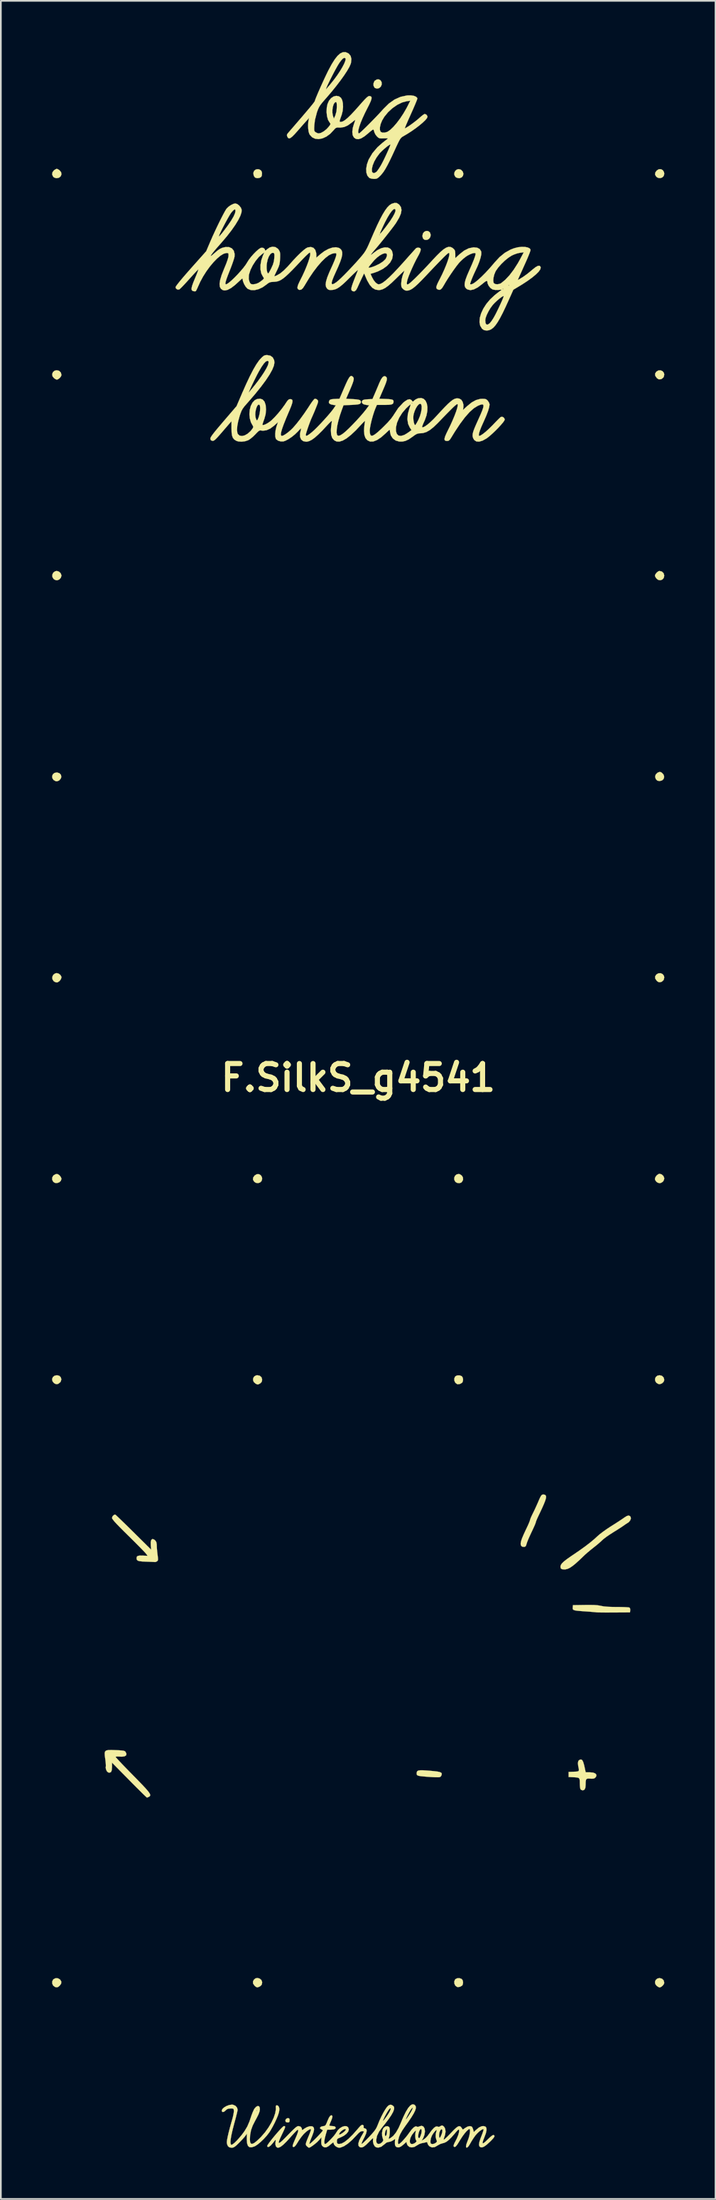
<source format=kicad_pcb>
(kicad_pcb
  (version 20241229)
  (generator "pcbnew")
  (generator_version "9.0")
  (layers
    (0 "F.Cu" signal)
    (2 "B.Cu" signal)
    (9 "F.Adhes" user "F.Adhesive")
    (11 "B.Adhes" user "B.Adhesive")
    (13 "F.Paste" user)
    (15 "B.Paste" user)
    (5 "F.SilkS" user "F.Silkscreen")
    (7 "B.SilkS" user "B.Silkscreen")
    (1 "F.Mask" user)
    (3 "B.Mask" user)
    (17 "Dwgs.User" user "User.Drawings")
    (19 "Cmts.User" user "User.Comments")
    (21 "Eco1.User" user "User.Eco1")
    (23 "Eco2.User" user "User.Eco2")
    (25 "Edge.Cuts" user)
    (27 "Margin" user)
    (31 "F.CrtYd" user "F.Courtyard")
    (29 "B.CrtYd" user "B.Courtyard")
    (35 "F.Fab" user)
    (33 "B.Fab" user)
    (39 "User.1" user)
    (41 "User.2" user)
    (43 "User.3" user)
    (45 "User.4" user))
  (footprint "F.SilkS_g4541"
    (layer "F.Cu")
    (at 17.954 60.146)
    (property "Reference" "F.SilkS_g4541" (at 0 0 0) (layer "F.SilkS") (effects (font (size 1.524 1.524) (thickness 0.3))))
    (attr through_hole)
    (fp_poly (pts (xy -4.051 61.017) (xy -4.024 61.076) (xy -4.022 61.129) (xy -4.033 61.22) (xy -4.082 61.253) (xy -4.125 61.256) (xy -4.215 61.241) (xy -4.255 61.214) (xy -4.269 61.124) (xy -4.222 61.043) (xy -4.136 61.003) (xy -4.125 61.002) (xy -4.051 61.017)) (stroke (width 0.01) (type solid)) (fill yes) (layer "F.SilkS"))
    (fp_poly (pts (xy -17.528 17.476) (xy -17.439 17.564) (xy -17.406 17.684) (xy -17.441 17.811) (xy -17.473 17.856) (xy -17.595 17.952) (xy -17.722 17.964) (xy -17.837 17.905) (xy -17.928 17.791) (xy -17.949 17.667) (xy -17.905 17.554) (xy -17.806 17.472) (xy -17.663 17.441) (xy -17.528 17.476)) (stroke (width 0.01) (type solid)) (fill yes) (layer "F.SilkS"))
    (fp_poly (pts (xy -5.716 5.711) (xy -5.646 5.825) (xy -5.63 5.928) (xy -5.666 6.055) (xy -5.755 6.141) (xy -5.877 6.178) (xy -6.006 6.157) (xy -6.096 6.096) (xy -6.17 5.977) (xy -6.16 5.853) (xy -6.073 5.73) (xy -5.95 5.655) (xy -5.824 5.652) (xy -5.716 5.711)) (stroke (width 0.01) (type solid)) (fill yes) (layer "F.SilkS"))
    (fp_poly (pts (xy 17.816 17.479) (xy 17.914 17.578) (xy 17.949 17.719) (xy 17.912 17.828) (xy 17.819 17.917) (xy 17.701 17.964) (xy 17.611 17.959) (xy 17.485 17.885) (xy 17.418 17.778) (xy 17.406 17.659) (xy 17.449 17.549) (xy 17.542 17.47) (xy 17.674 17.441) (xy 17.816 17.479)) (stroke (width 0.01) (type solid)) (fill yes) (layer "F.SilkS"))
    (fp_poly (pts (xy 17.864 -53.217) (xy 17.934 -53.103) (xy 17.949 -53) (xy 17.914 -52.873) (xy 17.824 -52.787) (xy 17.703 -52.75) (xy 17.574 -52.771) (xy 17.484 -52.832) (xy 17.409 -52.951) (xy 17.42 -53.075) (xy 17.507 -53.198) (xy 17.63 -53.273) (xy 17.756 -53.276) (xy 17.864 -53.217)) (stroke (width 0.01) (type solid)) (fill yes) (layer "F.SilkS"))
    (fp_poly (pts (xy -17.648 -17.899) (xy -17.511 -17.853) (xy -17.428 -17.758) (xy -17.409 -17.635) (xy -17.441 -17.541) (xy -17.538 -17.431) (xy -17.658 -17.382) (xy -17.738 -17.39) (xy -17.866 -17.464) (xy -17.934 -17.569) (xy -17.946 -17.686) (xy -17.905 -17.794) (xy -17.814 -17.872) (xy -17.677 -17.901) (xy -17.648 -17.899)) (stroke (width 0.01) (type solid)) (fill yes) (layer "F.SilkS"))
    (fp_poly (pts (xy -17.606 52.804) (xy -17.484 52.874) (xy -17.409 52.994) (xy -17.419 53.118) (xy -17.503 53.236) (xy -17.603 53.316) (xy -17.698 53.332) (xy -17.78 53.311) (xy -17.884 53.234) (xy -17.94 53.115) (xy -17.941 52.984) (xy -17.882 52.87) (xy -17.872 52.86) (xy -17.747 52.798) (xy -17.606 52.804)) (stroke (width 0.01) (type solid)) (fill yes) (layer "F.SilkS"))
    (fp_poly (pts (xy 1.315 -58.482) (xy 1.376 -58.375) (xy 1.38 -58.238) (xy 1.323 -58.111) (xy 1.223 -58.028) (xy 1.103 -58) (xy 0.988 -58.036) (xy 0.956 -58.063) (xy 0.899 -58.173) (xy 0.898 -58.309) (xy 0.95 -58.434) (xy 0.974 -58.462) (xy 1.094 -58.537) (xy 1.214 -58.54) (xy 1.315 -58.482)) (stroke (width 0.01) (type solid)) (fill yes) (layer "F.SilkS"))
    (fp_poly (pts (xy 17.85 -41.43) (xy 17.929 -41.33) (xy 17.949 -41.227) (xy 17.913 -41.082) (xy 17.808 -40.985) (xy 17.729 -40.956) (xy 17.629 -40.953) (xy 17.537 -41.008) (xy 17.507 -41.036) (xy 17.417 -41.166) (xy 17.411 -41.29) (xy 17.484 -41.402) (xy 17.604 -41.474) (xy 17.734 -41.481) (xy 17.85 -41.43)) (stroke (width 0.01) (type solid)) (fill yes) (layer "F.SilkS"))
    (fp_poly (pts (xy 17.85 -6.081) (xy 17.929 -5.981) (xy 17.949 -5.879) (xy 17.913 -5.734) (xy 17.808 -5.636) (xy 17.729 -5.607) (xy 17.629 -5.604) (xy 17.537 -5.659) (xy 17.507 -5.688) (xy 17.417 -5.817) (xy 17.411 -5.941) (xy 17.484 -6.054) (xy 17.604 -6.126) (xy 17.734 -6.132) (xy 17.85 -6.081)) (stroke (width 0.01) (type solid)) (fill yes) (layer "F.SilkS"))
    (fp_poly (pts (xy -17.558 -6.105) (xy -17.458 -6.023) (xy -17.402 -5.92) (xy -17.399 -5.89) (xy -17.432 -5.779) (xy -17.513 -5.673) (xy -17.616 -5.602) (xy -17.677 -5.588) (xy -17.784 -5.617) (xy -17.865 -5.673) (xy -17.934 -5.792) (xy -17.936 -5.921) (xy -17.88 -6.038) (xy -17.777 -6.117) (xy -17.674 -6.138) (xy -17.558 -6.105)) (stroke (width 0.01) (type solid)) (fill yes) (layer "F.SilkS"))
    (fp_poly (pts (xy -17.548 -29.68) (xy -17.447 -29.586) (xy -17.4 -29.461) (xy -17.399 -29.443) (xy -17.437 -29.317) (xy -17.531 -29.216) (xy -17.656 -29.169) (xy -17.674 -29.168) (xy -17.784 -29.197) (xy -17.865 -29.252) (xy -17.934 -29.371) (xy -17.936 -29.501) (xy -17.88 -29.618) (xy -17.777 -29.697) (xy -17.674 -29.718) (xy -17.548 -29.68)) (stroke (width 0.01) (type solid)) (fill yes) (layer "F.SilkS"))
    (fp_poly (pts (xy -17.532 -41.45) (xy -17.435 -41.35) (xy -17.399 -41.205) (xy -17.433 -41.117) (xy -17.513 -41.023) (xy -17.61 -40.954) (xy -17.674 -40.936) (xy -17.741 -40.961) (xy -17.832 -41.02) (xy -17.838 -41.024) (xy -17.926 -41.136) (xy -17.944 -41.261) (xy -17.901 -41.375) (xy -17.804 -41.458) (xy -17.674 -41.487) (xy -17.532 -41.45)) (stroke (width 0.01) (type solid)) (fill yes) (layer "F.SilkS"))
    (fp_poly (pts (xy 4.101 -49.648) (xy 4.197 -49.577) (xy 4.208 -49.562) (xy 4.252 -49.431) (xy 4.231 -49.303) (xy 4.159 -49.197) (xy 4.052 -49.133) (xy 3.923 -49.129) (xy 3.895 -49.138) (xy 3.811 -49.197) (xy 3.773 -49.306) (xy 3.768 -49.386) (xy 3.8 -49.516) (xy 3.88 -49.609) (xy 3.988 -49.656) (xy 4.101 -49.648)) (stroke (width 0.01) (type solid)) (fill yes) (layer "F.SilkS"))
    (fp_poly (pts (xy 5.962 5.656) (xy 6.078 5.733) (xy 6.145 5.848) (xy 6.152 5.974) (xy 6.134 6.021) (xy 6.078 6.107) (xy 6.037 6.148) (xy 5.926 6.179) (xy 5.797 6.162) (xy 5.7 6.103) (xy 5.635 5.982) (xy 5.633 5.855) (xy 5.684 5.743) (xy 5.775 5.665) (xy 5.896 5.642) (xy 5.962 5.656)) (stroke (width 0.01) (type solid)) (fill yes) (layer "F.SilkS"))
    (fp_poly (pts (xy 6.025 -53.243) (xy 6.034 -53.237) (xy 6.133 -53.133) (xy 6.169 -53.01) (xy 6.146 -52.891) (xy 6.069 -52.796) (xy 5.945 -52.749) (xy 5.911 -52.747) (xy 5.781 -52.773) (xy 5.7 -52.825) (xy 5.636 -52.945) (xy 5.638 -53.067) (xy 5.691 -53.176) (xy 5.783 -53.253) (xy 5.899 -53.281) (xy 6.025 -53.243)) (stroke (width 0.01) (type solid)) (fill yes) (layer "F.SilkS"))
    (fp_poly (pts (xy 17.813 -29.682) (xy 17.913 -29.584) (xy 17.949 -29.443) (xy 17.916 -29.303) (xy 17.83 -29.211) (xy 17.713 -29.172) (xy 17.589 -29.196) (xy 17.487 -29.279) (xy 17.426 -29.371) (xy 17.399 -29.44) (xy 17.399 -29.443) (xy 17.432 -29.533) (xy 17.51 -29.629) (xy 17.605 -29.7) (xy 17.668 -29.718) (xy 17.813 -29.682)) (stroke (width 0.01) (type solid)) (fill yes) (layer "F.SilkS"))
    (fp_poly (pts (xy 17.816 52.827) (xy 17.914 52.927) (xy 17.949 53.071) (xy 17.916 53.159) (xy 17.835 53.253) (xy 17.738 53.322) (xy 17.674 53.34) (xy 17.607 53.316) (xy 17.516 53.256) (xy 17.511 53.252) (xy 17.423 53.14) (xy 17.404 53.016) (xy 17.447 52.901) (xy 17.544 52.818) (xy 17.674 52.79) (xy 17.816 52.827)) (stroke (width 0.01) (type solid)) (fill yes) (layer "F.SilkS"))
    (fp_poly (pts (xy -17.537 5.702) (xy -17.507 5.73) (xy -17.434 5.826) (xy -17.399 5.917) (xy -17.399 5.925) (xy -17.436 6.042) (xy -17.528 6.128) (xy -17.651 6.172) (xy -17.778 6.166) (xy -17.879 6.103) (xy -17.945 5.977) (xy -17.94 5.844) (xy -17.872 5.729) (xy -17.748 5.655) (xy -17.729 5.65) (xy -17.629 5.647) (xy -17.537 5.702)) (stroke (width 0.01) (type solid)) (fill yes) (layer "F.SilkS"))
    (fp_poly (pts (xy -5.773 -53.249) (xy -5.683 -53.185) (xy -5.645 -53.087) (xy -5.639 -53.038) (xy -5.652 -52.889) (xy -5.695 -52.816) (xy -5.797 -52.763) (xy -5.928 -52.749) (xy -6.04 -52.781) (xy -6.04 -52.781) (xy -6.093 -52.842) (xy -6.13 -52.918) (xy -6.148 -53.061) (xy -6.1 -53.18) (xy -6.002 -53.258) (xy -5.873 -53.278) (xy -5.773 -53.249)) (stroke (width 0.01) (type solid)) (fill yes) (layer "F.SilkS"))
    (fp_poly (pts (xy -5.773 52.822) (xy -5.677 52.904) (xy -5.632 53.023) (xy -5.631 53.047) (xy -5.653 53.172) (xy -5.729 53.257) (xy -5.786 53.291) (xy -5.892 53.334) (xy -5.975 53.32) (xy -6.069 53.244) (xy -6.077 53.236) (xy -6.164 53.113) (xy -6.169 52.991) (xy -6.115 52.884) (xy -6.016 52.804) (xy -5.893 52.786) (xy -5.773 52.822)) (stroke (width 0.01) (type solid)) (fill yes) (layer "F.SilkS"))
    (fp_poly (pts (xy -5.765 17.475) (xy -5.666 17.567) (xy -5.631 17.699) (xy -5.653 17.823) (xy -5.729 17.909) (xy -5.786 17.943) (xy -5.859 17.98) (xy -5.908 17.984) (xy -5.975 17.955) (xy -6.011 17.937) (xy -6.119 17.846) (xy -6.166 17.729) (xy -6.155 17.61) (xy -6.091 17.509) (xy -5.979 17.449) (xy -5.911 17.441) (xy -5.765 17.475)) (stroke (width 0.01) (type solid)) (fill yes) (layer "F.SilkS"))
    (fp_poly (pts (xy 6.067 17.494) (xy 6.074 17.499) (xy 6.133 17.587) (xy 6.152 17.711) (xy 6.128 17.83) (xy 6.092 17.883) (xy 5.977 17.952) (xy 5.848 17.971) (xy 5.8 17.962) (xy 5.698 17.886) (xy 5.64 17.766) (xy 5.635 17.633) (xy 5.688 17.517) (xy 5.697 17.508) (xy 5.805 17.453) (xy 5.941 17.448) (xy 6.067 17.494)) (stroke (width 0.01) (type solid)) (fill yes) (layer "F.SilkS"))
    (fp_poly (pts (xy 6.067 52.842) (xy 6.074 52.847) (xy 6.133 52.936) (xy 6.152 53.059) (xy 6.128 53.179) (xy 6.092 53.232) (xy 5.977 53.3) (xy 5.848 53.32) (xy 5.8 53.31) (xy 5.698 53.235) (xy 5.64 53.115) (xy 5.635 52.981) (xy 5.688 52.865) (xy 5.697 52.856) (xy 5.805 52.801) (xy 5.941 52.796) (xy 6.067 52.842)) (stroke (width 0.01) (type solid)) (fill yes) (layer "F.SilkS"))
    (fp_poly (pts (xy 17.752 -17.919) (xy 17.817 -17.876) (xy 17.915 -17.762) (xy 17.944 -17.637) (xy 17.909 -17.521) (xy 17.817 -17.434) (xy 17.676 -17.399) (xy 17.669 -17.399) (xy 17.544 -17.423) (xy 17.457 -17.507) (xy 17.456 -17.508) (xy 17.412 -17.643) (xy 17.443 -17.773) (xy 17.545 -17.879) (xy 17.585 -17.901) (xy 17.678 -17.935) (xy 17.752 -17.919)) (stroke (width 0.01) (type solid)) (fill yes) (layer "F.SilkS"))
    (fp_poly (pts (xy 17.801 5.668) (xy 17.9 5.762) (xy 17.948 5.885) (xy 17.949 5.905) (xy 17.92 6.015) (xy 17.865 6.096) (xy 17.764 6.16) (xy 17.674 6.181) (xy 17.565 6.151) (xy 17.484 6.096) (xy 17.42 6.006) (xy 17.399 5.932) (xy 17.432 5.821) (xy 17.513 5.716) (xy 17.616 5.644) (xy 17.677 5.63) (xy 17.801 5.668)) (stroke (width 0.01) (type solid)) (fill yes) (layer "F.SilkS"))
    (fp_poly (pts (xy -17.607 -53.273) (xy -17.516 -53.214) (xy -17.511 -53.21) (xy -17.42 -53.097) (xy -17.4 -52.973) (xy -17.444 -52.859) (xy -17.543 -52.777) (xy -17.682 -52.747) (xy -17.798 -52.772) (xy -17.879 -52.825) (xy -17.944 -52.951) (xy -17.932 -53.084) (xy -17.847 -53.202) (xy -17.838 -53.21) (xy -17.746 -53.27) (xy -17.677 -53.298) (xy -17.674 -53.298) (xy -17.607 -53.273)) (stroke (width 0.01) (type solid)) (fill yes) (layer "F.SilkS"))
    (fp_poly (pts (xy 4.023 40.62) (xy 4.183 40.633) (xy 4.46 40.658) (xy 4.661 40.684) (xy 4.795 40.715) (xy 4.873 40.754) (xy 4.903 40.805) (xy 4.893 40.872) (xy 4.877 40.914) (xy 4.843 40.972) (xy 4.794 41.004) (xy 4.707 41.016) (xy 4.562 41.015) (xy 4.389 41.008) (xy 4.174 40.995) (xy 3.958 40.979) (xy 3.923 40.976) (xy 3.712 40.956) (xy 3.571 40.936) (xy 3.487 40.911) (xy 3.444 40.876) (xy 3.43 40.826) (xy 3.429 40.795) (xy 3.436 40.715) (xy 3.465 40.658) (xy 3.527 40.623) (xy 3.633 40.607) (xy 3.795 40.606) (xy 4.023 40.62)) (stroke (width 0.01) (type solid)) (fill yes) (layer "F.SilkS"))
    (fp_poly (pts (xy 13.842 30.916) (xy 14.031 30.93) (xy 14.181 30.954) (xy 14.233 30.966) (xy 14.405 30.997) (xy 14.638 31.018) (xy 14.941 31.029) (xy 15.169 31.031) (xy 15.405 31.033) (xy 15.612 31.039) (xy 15.776 31.048) (xy 15.881 31.06) (xy 15.91 31.067) (xy 15.948 31.133) (xy 15.952 31.225) (xy 15.938 31.348) (xy 14.986 31.354) (xy 14.708 31.355) (xy 14.456 31.355) (xy 14.243 31.353) (xy 14.083 31.35) (xy 13.988 31.346) (xy 13.97 31.344) (xy 13.906 31.336) (xy 13.775 31.324) (xy 13.595 31.309) (xy 13.381 31.294) (xy 13.314 31.289) (xy 13.046 31.27) (xy 12.851 31.252) (xy 12.718 31.232) (xy 12.636 31.206) (xy 12.593 31.17) (xy 12.579 31.121) (xy 12.581 31.057) (xy 12.594 30.924) (xy 13.287 30.913) (xy 13.599 30.911) (xy 13.842 30.916)) (stroke (width 0.01) (type solid)) (fill yes) (layer "F.SilkS"))
    (fp_poly (pts (xy 13.142 40.017) (xy 13.194 40.118) (xy 13.245 40.288) (xy 13.27 40.397) (xy 13.341 40.725) (xy 13.589 40.725) (xy 13.777 40.743) (xy 13.906 40.794) (xy 13.968 40.87) (xy 13.957 40.966) (xy 13.899 41.044) (xy 13.828 41.088) (xy 13.719 41.102) (xy 13.606 41.096) (xy 13.48 41.091) (xy 13.401 41.11) (xy 13.358 41.169) (xy 13.34 41.283) (xy 13.336 41.466) (xy 13.336 41.468) (xy 13.319 41.643) (xy 13.266 41.746) (xy 13.176 41.783) (xy 13.166 41.783) (xy 13.077 41.755) (xy 13.047 41.732) (xy 13.019 41.662) (xy 13.002 41.527) (xy 12.996 41.373) (xy 12.995 41.218) (xy 12.979 41.118) (xy 12.935 41.06) (xy 12.847 41.03) (xy 12.699 41.017) (xy 12.573 41.011) (xy 12.34 41) (xy 12.34 40.703) (xy 12.647 40.691) (xy 12.812 40.683) (xy 12.906 40.663) (xy 12.943 40.616) (xy 12.939 40.525) (xy 12.908 40.387) (xy 12.883 40.189) (xy 12.911 40.055) (xy 12.995 39.984) (xy 13.001 39.982) (xy 13.079 39.975) (xy 13.142 40.017)) (stroke (width 0.01) (type solid)) (fill yes) (layer "F.SilkS"))
    (fp_poly (pts (xy 10.951 24.449) (xy 11.007 24.512) (xy 11.02 24.573) (xy 11.007 24.668) (xy 10.965 24.804) (xy 10.892 24.99) (xy 10.785 25.233) (xy 10.641 25.539) (xy 10.583 25.66) (xy 10.508 25.821) (xy 10.45 25.957) (xy 10.418 26.048) (xy 10.414 26.068) (xy 10.396 26.126) (xy 10.348 26.245) (xy 10.275 26.407) (xy 10.186 26.598) (xy 10.159 26.654) (xy 10.062 26.862) (xy 9.977 27.055) (xy 9.912 27.216) (xy 9.875 27.325) (xy 9.872 27.338) (xy 9.837 27.448) (xy 9.78 27.498) (xy 9.735 27.508) (xy 9.633 27.498) (xy 9.578 27.468) (xy 9.537 27.402) (xy 9.527 27.31) (xy 9.549 27.182) (xy 9.607 27.008) (xy 9.702 26.782) (xy 9.837 26.492) (xy 9.863 26.439) (xy 9.947 26.26) (xy 10.016 26.103) (xy 10.061 25.989) (xy 10.075 25.937) (xy 10.094 25.872) (xy 10.143 25.753) (xy 10.213 25.603) (xy 10.244 25.541) (xy 10.342 25.341) (xy 10.451 25.105) (xy 10.551 24.878) (xy 10.572 24.828) (xy 10.65 24.65) (xy 10.708 24.536) (xy 10.757 24.471) (xy 10.808 24.442) (xy 10.845 24.434) (xy 10.951 24.449)) (stroke (width 0.01) (type solid)) (fill yes) (layer "F.SilkS"))
    (fp_poly (pts (xy -14.232 39.425) (xy -14.005 39.435) (xy -13.847 39.448) (xy -13.744 39.464) (xy -13.682 39.488) (xy -13.646 39.521) (xy -13.645 39.522) (xy -13.588 39.64) (xy -13.608 39.731) (xy -13.7 39.788) (xy -13.859 39.81) (xy -13.969 39.805) (xy -14.116 39.798) (xy -14.205 39.807) (xy -14.224 39.823) (xy -14.195 39.862) (xy -14.114 39.954) (xy -13.986 40.091) (xy -13.82 40.267) (xy -13.621 40.473) (xy -13.396 40.704) (xy -13.208 40.896) (xy -12.918 41.191) (xy -12.684 41.433) (xy -12.501 41.628) (xy -12.365 41.781) (xy -12.272 41.899) (xy -12.216 41.988) (xy -12.195 42.053) (xy -12.202 42.101) (xy -12.235 42.138) (xy -12.274 42.163) (xy -12.353 42.198) (xy -12.386 42.206) (xy -12.422 42.177) (xy -12.51 42.095) (xy -12.644 41.965) (xy -12.815 41.796) (xy -13.017 41.595) (xy -13.243 41.368) (xy -13.426 41.182) (xy -14.436 40.157) (xy -14.436 40.418) (xy -14.449 40.598) (xy -14.491 40.705) (xy -14.567 40.745) (xy -14.65 40.736) (xy -14.724 40.68) (xy -14.781 40.576) (xy -14.807 40.46) (xy -14.8 40.4) (xy -14.795 40.324) (xy -14.803 40.19) (xy -14.821 40.02) (xy -14.831 39.95) (xy -14.859 39.745) (xy -14.865 39.598) (xy -14.841 39.502) (xy -14.773 39.446) (xy -14.652 39.421) (xy -14.468 39.417) (xy -14.232 39.425)) (stroke (width 0.01) (type solid)) (fill yes) (layer "F.SilkS"))
    (fp_poly (pts (xy 15.931 25.696) (xy 15.976 25.75) (xy 15.992 25.845) (xy 15.949 25.957) (xy 15.864 26.059) (xy 15.812 26.094) (xy 15.724 26.149) (xy 15.61 26.228) (xy 15.579 26.25) (xy 15.486 26.314) (xy 15.341 26.409) (xy 15.161 26.524) (xy 14.966 26.645) (xy 14.944 26.66) (xy 14.748 26.785) (xy 14.564 26.911) (xy 14.414 27.024) (xy 14.315 27.109) (xy 14.309 27.115) (xy 14.211 27.208) (xy 14.068 27.332) (xy 13.902 27.468) (xy 13.801 27.548) (xy 13.625 27.688) (xy 13.45 27.834) (xy 13.302 27.965) (xy 13.243 28.021) (xy 12.975 28.278) (xy 12.754 28.478) (xy 12.571 28.627) (xy 12.418 28.73) (xy 12.286 28.794) (xy 12.165 28.824) (xy 12.091 28.829) (xy 11.954 28.816) (xy 11.886 28.776) (xy 11.879 28.762) (xy 11.86 28.671) (xy 11.879 28.579) (xy 11.944 28.48) (xy 12.061 28.365) (xy 12.236 28.227) (xy 12.477 28.058) (xy 12.552 28.008) (xy 12.961 27.729) (xy 13.306 27.482) (xy 13.598 27.258) (xy 13.849 27.049) (xy 14.034 26.879) (xy 14.164 26.766) (xy 14.347 26.627) (xy 14.559 26.475) (xy 14.779 26.329) (xy 14.838 26.292) (xy 15.049 26.158) (xy 15.253 26.027) (xy 15.43 25.91) (xy 15.561 25.821) (xy 15.592 25.798) (xy 15.743 25.702) (xy 15.851 25.668) (xy 15.931 25.696)) (stroke (width 0.01) (type solid)) (fill yes) (layer "F.SilkS"))
    (fp_poly (pts (xy -14.212 25.64) (xy -14.124 25.722) (xy -13.99 25.85) (xy -13.817 26.017) (xy -13.612 26.216) (xy -13.383 26.441) (xy -13.18 26.642) (xy -12.139 27.671) (xy -12.163 27.41) (xy -12.165 27.219) (xy -12.132 27.097) (xy -12.068 27.046) (xy -11.976 27.07) (xy -11.896 27.136) (xy -11.836 27.229) (xy -11.812 27.369) (xy -11.811 27.429) (xy -11.805 27.578) (xy -11.789 27.769) (xy -11.766 27.963) (xy -11.765 27.967) (xy -11.744 28.135) (xy -11.738 28.239) (xy -11.75 28.301) (xy -11.78 28.339) (xy -11.794 28.351) (xy -11.874 28.391) (xy -11.914 28.397) (xy -11.973 28.392) (xy -12.097 28.386) (xy -12.266 28.379) (xy -12.422 28.374) (xy -12.656 28.363) (xy -12.818 28.345) (xy -12.92 28.315) (xy -12.975 28.268) (xy -12.995 28.199) (xy -12.996 28.17) (xy -12.982 28.089) (xy -12.93 28.04) (xy -12.826 28.018) (xy -12.655 28.017) (xy -12.621 28.019) (xy -12.351 28.031) (xy -12.437 27.91) (xy -12.488 27.852) (xy -12.591 27.742) (xy -12.739 27.59) (xy -12.923 27.403) (xy -13.135 27.19) (xy -13.367 26.96) (xy -13.479 26.85) (xy -13.761 26.571) (xy -13.986 26.345) (xy -14.159 26.166) (xy -14.286 26.028) (xy -14.37 25.926) (xy -14.419 25.855) (xy -14.436 25.808) (xy -14.436 25.804) (xy -14.4 25.705) (xy -14.316 25.63) (xy -14.247 25.612) (xy -14.212 25.64)) (stroke (width 0.01) (type solid)) (fill yes) (layer "F.SilkS"))
    (fp_poly (pts (xy -7.342 60.217) (xy -7.199 60.279) (xy -7.102 60.39) (xy -7.07 60.514) (xy -7.081 60.582) (xy -7.112 60.716) (xy -7.158 60.901) (xy -7.215 61.121) (xy -7.264 61.299) (xy -7.363 61.677) (xy -7.434 61.993) (xy -7.477 62.243) (xy -7.49 62.425) (xy -7.473 62.535) (xy -7.431 62.569) (xy -7.358 62.536) (xy -7.248 62.448) (xy -7.113 62.315) (xy -6.965 62.151) (xy -6.815 61.969) (xy -6.677 61.781) (xy -6.664 61.763) (xy -6.504 61.495) (xy -6.377 61.201) (xy -6.316 61.02) (xy -6.25 60.825) (xy -6.18 60.644) (xy -6.14 60.558) (xy -5.969 60.558) (xy -5.948 60.579) (xy -5.927 60.558) (xy -5.948 60.537) (xy -5.969 60.558) (xy -6.14 60.558) (xy -6.116 60.504) (xy -6.085 60.449) (xy -5.988 60.34) (xy -5.893 60.291) (xy -5.816 60.308) (xy -5.778 60.369) (xy -5.763 60.48) (xy -5.785 60.616) (xy -5.849 60.787) (xy -5.96 61.007) (xy -6.029 61.131) (xy -6.185 61.436) (xy -6.285 61.714) (xy -6.337 61.996) (xy -6.35 62.26) (xy -6.336 62.411) (xy -6.293 62.496) (xy -6.218 62.515) (xy -6.106 62.467) (xy -5.954 62.351) (xy -5.759 62.166) (xy -5.69 62.096) (xy -5.462 61.833) (xy -5.258 61.549) (xy -5.085 61.257) (xy -4.951 60.972) (xy -4.863 60.706) (xy -4.825 60.475) (xy -4.833 60.348) (xy -4.821 60.272) (xy -4.768 60.248) (xy -4.701 60.276) (xy -4.65 60.344) (xy -4.623 60.44) (xy -4.629 60.561) (xy -4.651 60.673) (xy -4.702 60.834) (xy -4.788 61.043) (xy -4.897 61.277) (xy -5.019 61.513) (xy -5.142 61.728) (xy -5.215 61.842) (xy -5.358 62.027) (xy -5.53 62.218) (xy -5.715 62.396) (xy -5.892 62.543) (xy -6.044 62.643) (xy -6.073 62.657) (xy -6.247 62.713) (xy -6.375 62.706) (xy -6.463 62.63) (xy -6.514 62.483) (xy -6.531 62.261) (xy -6.531 62.209) (xy -6.527 61.913) (xy -6.615 62.04) (xy -6.684 62.127) (xy -6.795 62.251) (xy -6.929 62.391) (xy -6.989 62.452) (xy -7.132 62.59) (xy -7.234 62.675) (xy -7.316 62.72) (xy -7.392 62.737) (xy -7.424 62.738) (xy -7.559 62.714) (xy -7.639 62.644) (xy -7.688 62.531) (xy -7.704 62.422) (xy -7.691 62.297) (xy -7.655 62.105) (xy -7.599 61.859) (xy -7.525 61.572) (xy -7.438 61.259) (xy -7.404 61.142) (xy -7.351 60.948) (xy -7.312 60.769) (xy -7.291 60.629) (xy -7.289 60.571) (xy -7.303 60.484) (xy -7.337 60.444) (xy -7.419 60.434) (xy -7.49 60.435) (xy -7.63 60.452) (xy -7.727 60.504) (xy -7.777 60.555) (xy -7.866 60.629) (xy -7.946 60.645) (xy -7.994 60.603) (xy -8.001 60.562) (xy -7.963 60.469) (xy -7.863 60.376) (xy -7.723 60.294) (xy -7.566 60.236) (xy -7.414 60.212) (xy -7.342 60.217)) (stroke (width 0.01) (type solid)) (fill yes) (layer "F.SilkS"))
    (fp_poly (pts (xy -0.724 -60.134) (xy -0.556 -60.055) (xy -0.446 -59.921) (xy -0.399 -59.741) (xy -0.419 -59.526) (xy -0.442 -59.444) (xy -0.518 -59.271) (xy -0.648 -59.046) (xy -0.823 -58.779) (xy -1.038 -58.479) (xy -1.286 -58.155) (xy -1.56 -57.816) (xy -1.854 -57.471) (xy -1.94 -57.374) (xy -2.095 -57.195) (xy -2.206 -57.055) (xy -2.286 -56.931) (xy -2.349 -56.8) (xy -2.409 -56.639) (xy -2.42 -56.609) (xy -2.536 -56.162) (xy -2.57 -55.876) (xy -2.58 -55.698) (xy -2.58 -55.586) (xy -2.566 -55.517) (xy -2.535 -55.474) (xy -2.494 -55.442) (xy -2.393 -55.39) (xy -2.317 -55.372) (xy -2.183 -55.404) (xy -2.025 -55.49) (xy -1.866 -55.615) (xy -1.755 -55.732) (xy -1.668 -55.841) (xy -1.63 -55.908) (xy -1.633 -55.955) (xy -1.669 -56.004) (xy -1.765 -56.162) (xy -1.827 -56.376) (xy -1.849 -56.578) (xy -1.512 -56.578) (xy -1.484 -56.418) (xy -1.479 -56.404) (xy -1.425 -56.24) (xy -1.34 -56.43) (xy -1.272 -56.669) (xy -1.252 -56.917) (xy -1.254 -57.078) (xy -1.266 -57.17) (xy -1.292 -57.209) (xy -1.312 -57.214) (xy -1.383 -57.175) (xy -1.443 -57.072) (xy -1.487 -56.924) (xy -1.512 -56.753) (xy -1.512 -56.578) (xy -1.849 -56.578) (xy -1.854 -56.623) (xy -1.843 -56.88) (xy -1.799 -57.096) (xy -1.711 -57.293) (xy -1.586 -57.443) (xy -1.438 -57.54) (xy -1.281 -57.577) (xy -1.13 -57.548) (xy -1.013 -57.464) (xy -0.94 -57.334) (xy -0.898 -57.148) (xy -0.888 -56.926) (xy -0.91 -56.691) (xy -0.967 -56.465) (xy -0.972 -56.451) (xy -1.037 -56.269) (xy -1.076 -56.152) (xy -1.089 -56.086) (xy -1.079 -56.057) (xy -1.046 -56.049) (xy -1.004 -56.049) (xy -0.905 -56.074) (xy -0.777 -56.15) (xy -0.617 -56.282) (xy -0.42 -56.474) (xy -0.182 -56.728) (xy 0.038 -56.976) (xy 0.226 -57.19) (xy 0.369 -57.347) (xy 0.475 -57.455) (xy 0.553 -57.522) (xy 0.611 -57.556) (xy 0.659 -57.566) (xy 0.673 -57.565) (xy 0.749 -57.542) (xy 0.785 -57.488) (xy 0.78 -57.395) (xy 0.733 -57.255) (xy 0.643 -57.058) (xy 0.557 -56.89) (xy 0.394 -56.566) (xy 0.255 -56.265) (xy 0.144 -55.996) (xy 0.062 -55.764) (xy 0.013 -55.579) (xy -0.001 -55.449) (xy 0.023 -55.38) (xy 0.048 -55.372) (xy 0.093 -55.401) (xy 0.185 -55.483) (xy 0.317 -55.606) (xy 0.478 -55.763) (xy 0.658 -55.943) (xy 0.849 -56.137) (xy 1.04 -56.334) (xy 1.222 -56.526) (xy 1.385 -56.703) (xy 1.479 -56.808) (xy 1.8 -57.125) (xy 2.134 -57.361) (xy 2.485 -57.517) (xy 2.858 -57.598) (xy 2.895 -57.602) (xy 3.093 -57.604) (xy 3.265 -57.577) (xy 3.393 -57.524) (xy 3.462 -57.453) (xy 3.469 -57.417) (xy 3.452 -57.357) (xy 3.404 -57.232) (xy 3.331 -57.056) (xy 3.239 -56.841) (xy 3.131 -56.598) (xy 3.094 -56.515) (xy 2.984 -56.271) (xy 2.889 -56.055) (xy 2.812 -55.876) (xy 2.759 -55.748) (xy 2.734 -55.682) (xy 2.733 -55.675) (xy 2.776 -55.686) (xy 2.869 -55.739) (xy 2.999 -55.823) (xy 3.149 -55.929) (xy 3.305 -56.046) (xy 3.452 -56.162) (xy 3.575 -56.267) (xy 3.583 -56.275) (xy 3.709 -56.385) (xy 3.818 -56.469) (xy 3.89 -56.512) (xy 3.902 -56.515) (xy 3.995 -56.478) (xy 4.056 -56.392) (xy 4.064 -56.344) (xy 4.029 -56.263) (xy 3.932 -56.147) (xy 3.784 -56.006) (xy 3.595 -55.846) (xy 3.375 -55.678) (xy 3.136 -55.509) (xy 2.887 -55.349) (xy 2.642 -55.205) (xy 2.577 -55.166) (xy 2.522 -55.119) (xy 2.468 -55.053) (xy 2.409 -54.954) (xy 2.336 -54.811) (xy 2.242 -54.612) (xy 2.157 -54.426) (xy 1.983 -54.048) (xy 1.834 -53.739) (xy 1.706 -53.489) (xy 1.593 -53.288) (xy 1.491 -53.128) (xy 1.393 -52.999) (xy 1.312 -52.908) (xy 1.199 -52.797) (xy 1.113 -52.735) (xy 1.026 -52.71) (xy 0.927 -52.705) (xy 0.79 -52.719) (xy 0.675 -52.753) (xy 0.65 -52.767) (xy 0.541 -52.893) (xy 0.481 -53.073) (xy 0.471 -53.295) (xy 0.471 -53.297) (xy 0.803 -53.297) (xy 0.81 -53.136) (xy 0.819 -53.11) (xy 0.877 -53.052) (xy 0.968 -53.056) (xy 1.069 -53.119) (xy 1.089 -53.139) (xy 1.155 -53.224) (xy 1.243 -53.354) (xy 1.332 -53.499) (xy 1.402 -53.628) (xy 1.487 -53.795) (xy 1.578 -53.983) (xy 1.669 -54.178) (xy 1.753 -54.364) (xy 1.823 -54.526) (xy 1.871 -54.648) (xy 1.891 -54.716) (xy 1.89 -54.723) (xy 1.847 -54.712) (xy 1.758 -54.654) (xy 1.641 -54.563) (xy 1.51 -54.452) (xy 1.382 -54.333) (xy 1.271 -54.22) (xy 1.235 -54.178) (xy 1.071 -53.954) (xy 0.94 -53.722) (xy 0.849 -53.497) (xy 0.803 -53.297) (xy 0.471 -53.297) (xy 0.51 -53.544) (xy 0.6 -53.805) (xy 0.62 -53.849) (xy 0.837 -54.216) (xy 1.129 -54.56) (xy 1.427 -54.824) (xy 1.561 -54.929) (xy 1.669 -55.013) (xy 1.734 -55.065) (xy 1.744 -55.073) (xy 1.722 -55.083) (xy 1.634 -55.086) (xy 1.501 -55.083) (xy 1.349 -55.078) (xy 1.252 -55.089) (xy 1.18 -55.124) (xy 1.105 -55.192) (xy 1.1 -55.196) (xy 1.012 -55.31) (xy 0.953 -55.43) (xy 0.947 -55.455) (xy 0.919 -55.552) (xy 0.903 -55.581) (xy 1.273 -55.581) (xy 1.313 -55.473) (xy 1.321 -55.465) (xy 1.415 -55.422) (xy 1.551 -55.42) (xy 1.695 -55.458) (xy 1.727 -55.474) (xy 1.885 -55.584) (xy 2.067 -55.76) (xy 2.263 -55.987) (xy 2.463 -56.253) (xy 2.656 -56.546) (xy 2.833 -56.851) (xy 2.898 -56.976) (xy 3.055 -57.29) (xy 2.851 -57.262) (xy 2.574 -57.188) (xy 2.287 -57.047) (xy 2.007 -56.852) (xy 1.75 -56.615) (xy 1.534 -56.351) (xy 1.402 -56.13) (xy 1.319 -55.928) (xy 1.276 -55.739) (xy 1.273 -55.581) (xy 0.903 -55.581) (xy 0.89 -55.604) (xy 0.889 -55.605) (xy 0.846 -55.587) (xy 0.758 -55.524) (xy 0.642 -55.428) (xy 0.609 -55.398) (xy 0.373 -55.204) (xy 0.174 -55.083) (xy 0.005 -55.033) (xy -0.136 -55.053) (xy -0.251 -55.136) (xy -0.324 -55.272) (xy -0.345 -55.464) (xy -0.316 -55.699) (xy -0.256 -55.904) (xy -0.211 -56.036) (xy -0.179 -56.132) (xy -0.169 -56.168) (xy -0.199 -56.152) (xy -0.275 -56.093) (xy -0.377 -56.011) (xy -0.605 -55.845) (xy -0.817 -55.749) (xy -1.031 -55.715) (xy -1.104 -55.716) (xy -1.234 -55.717) (xy -1.317 -55.691) (xy -1.391 -55.621) (xy -1.435 -55.568) (xy -1.643 -55.348) (xy -1.866 -55.186) (xy -2.093 -55.083) (xy -2.314 -55.04) (xy -2.519 -55.06) (xy -2.696 -55.143) (xy -2.836 -55.292) (xy -2.864 -55.341) (xy -2.906 -55.472) (xy -2.931 -55.656) (xy -2.938 -55.862) (xy -2.924 -56.059) (xy -2.907 -56.155) (xy -2.877 -56.282) (xy -3.015 -56.131) (xy -3.095 -56.043) (xy -3.215 -55.908) (xy -3.36 -55.742) (xy -3.516 -55.564) (xy -3.547 -55.528) (xy -3.729 -55.325) (xy -3.868 -55.186) (xy -3.972 -55.105) (xy -4.049 -55.08) (xy -4.107 -55.105) (xy -4.154 -55.176) (xy -4.156 -55.181) (xy -4.182 -55.276) (xy -4.149 -55.352) (xy -4.142 -55.361) (xy -4.095 -55.416) (xy -4.003 -55.523) (xy -3.875 -55.671) (xy -3.721 -55.849) (xy -3.553 -56.045) (xy -3.261 -56.384) (xy -3.024 -56.663) (xy -2.837 -56.885) (xy -2.698 -57.055) (xy -2.604 -57.176) (xy -2.553 -57.251) (xy -2.54 -57.28) (xy -2.523 -57.34) (xy -2.475 -57.464) (xy -2.403 -57.638) (xy -2.312 -57.85) (xy -2.256 -57.976) (xy -1.888 -57.976) (xy -1.877 -57.969) (xy -1.871 -57.975) (xy -1.828 -58.025) (xy -1.746 -58.123) (xy -1.638 -58.251) (xy -1.588 -58.311) (xy -1.397 -58.552) (xy -1.218 -58.797) (xy -1.059 -59.037) (xy -0.926 -59.261) (xy -0.823 -59.458) (xy -0.758 -59.619) (xy -0.735 -59.732) (xy -0.75 -59.78) (xy -0.814 -59.804) (xy -0.896 -59.762) (xy -1.003 -59.648) (xy -1.092 -59.528) (xy -1.16 -59.422) (xy -1.247 -59.274) (xy -1.345 -59.096) (xy -1.449 -58.901) (xy -1.554 -58.698) (xy -1.654 -58.499) (xy -1.743 -58.317) (xy -1.816 -58.161) (xy -1.866 -58.044) (xy -1.888 -57.976) (xy -2.256 -57.976) (xy -2.208 -58.085) (xy -2.097 -58.332) (xy -1.984 -58.577) (xy -1.876 -58.806) (xy -1.778 -59.008) (xy -1.749 -59.066) (xy -1.553 -59.43) (xy -1.374 -59.715) (xy -1.208 -59.925) (xy -1.052 -60.063) (xy -0.902 -60.134) (xy -0.754 -60.141) (xy -0.724 -60.134)) (stroke (width 0.01) (type solid)) (fill yes) (layer "F.SilkS"))
    (fp_poly (pts (xy -5.151 -42.34) (xy -5.011 -42.238) (xy -4.929 -42.081) (xy -4.911 -41.937) (xy -4.943 -41.753) (xy -5.039 -41.517) (xy -5.198 -41.232) (xy -5.416 -40.901) (xy -5.694 -40.527) (xy -6.028 -40.111) (xy -6.418 -39.657) (xy -6.532 -39.528) (xy -6.673 -39.366) (xy -6.77 -39.235) (xy -6.841 -39.107) (xy -6.902 -38.953) (xy -6.95 -38.808) (xy -7.038 -38.492) (xy -7.09 -38.214) (xy -7.106 -37.983) (xy -7.084 -37.811) (xy -7.054 -37.742) (xy -6.951 -37.653) (xy -6.813 -37.63) (xy -6.653 -37.668) (xy -6.483 -37.764) (xy -6.317 -37.913) (xy -6.26 -37.98) (xy -6.181 -38.089) (xy -6.153 -38.16) (xy -6.169 -38.214) (xy -6.174 -38.221) (xy -6.289 -38.431) (xy -6.356 -38.669) (xy -6.374 -38.866) (xy -6.035 -38.866) (xy -6.018 -38.719) (xy -6.013 -38.7) (xy -5.977 -38.597) (xy -5.941 -38.545) (xy -5.928 -38.544) (xy -5.894 -38.594) (xy -5.849 -38.698) (xy -5.822 -38.775) (xy -5.781 -38.936) (xy -5.756 -39.11) (xy -5.748 -39.272) (xy -5.76 -39.398) (xy -5.785 -39.457) (xy -5.844 -39.474) (xy -5.902 -39.424) (xy -5.955 -39.321) (xy -5.998 -39.183) (xy -6.027 -39.026) (xy -6.035 -38.866) (xy -6.374 -38.866) (xy -6.379 -38.919) (xy -6.358 -39.166) (xy -6.298 -39.393) (xy -6.2 -39.586) (xy -6.066 -39.729) (xy -5.931 -39.797) (xy -5.747 -39.819) (xy -5.6 -39.767) (xy -5.492 -39.643) (xy -5.427 -39.45) (xy -5.405 -39.19) (xy -5.405 -39.179) (xy -5.429 -38.904) (xy -5.503 -38.636) (xy -5.52 -38.591) (xy -5.571 -38.447) (xy -5.605 -38.338) (xy -5.614 -38.282) (xy -5.613 -38.28) (xy -5.552 -38.274) (xy -5.445 -38.311) (xy -5.312 -38.382) (xy -5.172 -38.477) (xy -5.08 -38.553) (xy -4.891 -38.74) (xy -4.683 -38.972) (xy -4.481 -39.223) (xy -4.305 -39.464) (xy -4.236 -39.571) (xy -4.143 -39.705) (xy -4.067 -39.775) (xy -3.998 -39.793) (xy -3.914 -39.783) (xy -3.864 -39.745) (xy -3.849 -39.671) (xy -3.871 -39.553) (xy -3.929 -39.38) (xy -4.025 -39.144) (xy -4.067 -39.047) (xy -4.235 -38.65) (xy -4.365 -38.324) (xy -4.458 -38.066) (xy -4.514 -37.871) (xy -4.535 -37.737) (xy -4.521 -37.659) (xy -4.474 -37.634) (xy -4.385 -37.663) (xy -4.256 -37.74) (xy -4.104 -37.852) (xy -3.948 -37.986) (xy -3.828 -38.104) (xy -3.624 -38.338) (xy -3.396 -38.629) (xy -3.158 -38.958) (xy -2.923 -39.306) (xy -2.86 -39.405) (xy -2.754 -39.565) (xy -2.658 -39.697) (xy -2.583 -39.785) (xy -2.55 -39.813) (xy -2.469 -39.805) (xy -2.401 -39.758) (xy -2.366 -39.718) (xy -2.349 -39.676) (xy -2.355 -39.615) (xy -2.386 -39.516) (xy -2.445 -39.363) (xy -2.478 -39.28) (xy -2.554 -39.092) (xy -2.628 -38.918) (xy -2.688 -38.782) (xy -2.71 -38.735) (xy -2.761 -38.619) (xy -2.828 -38.448) (xy -2.902 -38.249) (xy -2.972 -38.048) (xy -3.03 -37.871) (xy -3.064 -37.751) (xy -3.072 -37.668) (xy -3.042 -37.639) (xy -2.966 -37.667) (xy -2.841 -37.753) (xy -2.707 -37.86) (xy -2.57 -37.983) (xy -2.397 -38.154) (xy -2.202 -38.356) (xy -2 -38.575) (xy -1.805 -38.793) (xy -1.632 -38.995) (xy -1.495 -39.166) (xy -1.429 -39.258) (xy -1.312 -39.434) (xy -1.408 -39.445) (xy -1.59 -39.481) (xy -1.694 -39.536) (xy -1.724 -39.616) (xy -1.693 -39.71) (xy -1.65 -39.756) (xy -1.569 -39.784) (xy -1.43 -39.799) (xy -1.373 -39.802) (xy -1.096 -39.815) (xy -0.825 -40.446) (xy -0.705 -40.718) (xy -0.609 -40.918) (xy -0.532 -41.052) (xy -0.467 -41.129) (xy -0.409 -41.155) (xy -0.353 -41.137) (xy -0.305 -41.097) (xy -0.27 -41.046) (xy -0.26 -40.976) (xy -0.276 -40.876) (xy -0.322 -40.732) (xy -0.4 -40.533) (xy -0.481 -40.341) (xy -0.709 -39.815) (xy -0.31 -39.793) (xy -0.101 -39.778) (xy 0.035 -39.756) (xy 0.11 -39.727) (xy 0.128 -39.709) (xy 0.164 -39.636) (xy 0.15 -39.576) (xy 0.128 -39.539) (xy 0.086 -39.509) (xy -0.002 -39.486) (xy -0.151 -39.469) (xy -0.37 -39.455) (xy -0.386 -39.455) (xy -0.86 -39.434) (xy -0.962 -39.158) (xy -1.072 -38.839) (xy -1.16 -38.535) (xy -1.223 -38.256) (xy -1.258 -38.016) (xy -1.265 -37.826) (xy -1.241 -37.699) (xy -1.232 -37.682) (xy -1.161 -37.641) (xy -1.047 -37.67) (xy -0.889 -37.771) (xy -0.732 -37.902) (xy -0.544 -38.078) (xy -0.329 -38.295) (xy -0.103 -38.532) (xy 0.114 -38.771) (xy 0.305 -38.993) (xy 0.453 -39.176) (xy 0.455 -39.179) (xy 0.644 -39.434) (xy 0.464 -39.455) (xy 0.314 -39.493) (xy 0.229 -39.562) (xy 0.217 -39.652) (xy 0.237 -39.698) (xy 0.29 -39.743) (xy 0.39 -39.77) (xy 0.556 -39.784) (xy 0.56 -39.785) (xy 0.837 -39.797) (xy 0.961 -40.081) (xy 1.038 -40.261) (xy 1.13 -40.478) (xy 1.218 -40.688) (xy 1.23 -40.718) (xy 1.332 -40.938) (xy 1.426 -41.077) (xy 1.514 -41.139) (xy 1.6 -41.127) (xy 1.629 -41.107) (xy 1.669 -41.06) (xy 1.685 -40.996) (xy 1.675 -40.904) (xy 1.635 -40.77) (xy 1.564 -40.585) (xy 1.462 -40.344) (xy 1.234 -39.815) (xy 1.559 -39.804) (xy 1.778 -39.794) (xy 1.925 -39.779) (xy 2.015 -39.755) (xy 2.06 -39.719) (xy 2.074 -39.665) (xy 2.074 -39.653) (xy 2.064 -39.57) (xy 2.025 -39.514) (xy 1.943 -39.479) (xy 1.807 -39.461) (xy 1.602 -39.455) (xy 1.535 -39.455) (xy 1.098 -39.455) (xy 1.011 -39.254) (xy 0.938 -39.061) (xy 0.864 -38.83) (xy 0.795 -38.583) (xy 0.738 -38.344) (xy 0.697 -38.134) (xy 0.678 -37.976) (xy 0.678 -37.955) (xy 0.687 -37.795) (xy 0.717 -37.691) (xy 0.773 -37.644) (xy 0.86 -37.655) (xy 0.984 -37.727) (xy 1.151 -37.86) (xy 1.364 -38.055) (xy 1.45 -38.138) (xy 2.215 -38.138) (xy 2.216 -37.914) (xy 2.266 -37.753) (xy 2.363 -37.658) (xy 2.502 -37.634) (xy 2.68 -37.684) (xy 2.722 -37.704) (xy 2.852 -37.78) (xy 2.983 -37.87) (xy 2.992 -37.876) (xy 3.126 -37.978) (xy 3.026 -38.127) (xy 2.925 -38.348) (xy 2.886 -38.615) (xy 2.892 -38.684) (xy 3.231 -38.684) (xy 3.243 -38.538) (xy 3.269 -38.404) (xy 3.303 -38.306) (xy 3.341 -38.269) (xy 3.375 -38.305) (xy 3.434 -38.399) (xy 3.507 -38.534) (xy 3.535 -38.59) (xy 3.621 -38.796) (xy 3.684 -39.01) (xy 3.719 -39.209) (xy 3.723 -39.375) (xy 3.693 -39.487) (xy 3.691 -39.491) (xy 3.631 -39.523) (xy 3.555 -39.488) (xy 3.471 -39.398) (xy 3.388 -39.266) (xy 3.314 -39.104) (xy 3.258 -38.927) (xy 3.237 -38.817) (xy 3.231 -38.684) (xy 2.892 -38.684) (xy 2.911 -38.915) (xy 2.999 -39.236) (xy 3.009 -39.262) (xy 3.051 -39.381) (xy 3.073 -39.464) (xy 3.073 -39.486) (xy 3.039 -39.465) (xy 2.96 -39.396) (xy 2.851 -39.292) (xy 2.8 -39.243) (xy 2.584 -38.989) (xy 2.406 -38.706) (xy 2.28 -38.417) (xy 2.216 -38.144) (xy 2.215 -38.138) (xy 1.45 -38.138) (xy 1.461 -38.148) (xy 1.729 -38.419) (xy 1.929 -38.647) (xy 2.067 -38.838) (xy 2.094 -38.883) (xy 2.349 -39.271) (xy 2.619 -39.56) (xy 3.133 -39.56) (xy 3.154 -39.539) (xy 3.175 -39.56) (xy 3.154 -39.582) (xy 3.133 -39.56) (xy 2.619 -39.56) (xy 2.638 -39.581) (xy 2.722 -39.651) (xy 2.885 -39.757) (xy 3.016 -39.788) (xy 3.116 -39.743) (xy 3.145 -39.709) (xy 3.191 -39.651) (xy 3.229 -39.656) (xy 3.281 -39.709) (xy 3.374 -39.778) (xy 3.499 -39.836) (xy 3.515 -39.841) (xy 3.692 -39.86) (xy 3.838 -39.81) (xy 3.949 -39.698) (xy 4.024 -39.535) (xy 4.06 -39.331) (xy 4.054 -39.093) (xy 4.004 -38.833) (xy 3.907 -38.56) (xy 3.88 -38.501) (xy 3.812 -38.35) (xy 3.765 -38.23) (xy 3.746 -38.158) (xy 3.748 -38.148) (xy 3.81 -38.143) (xy 3.917 -38.195) (xy 4.06 -38.296) (xy 4.229 -38.44) (xy 4.415 -38.617) (xy 4.564 -38.775) (xy 4.84 -39.075) (xy 5.068 -39.316) (xy 5.255 -39.504) (xy 5.409 -39.644) (xy 5.536 -39.742) (xy 5.646 -39.804) (xy 5.743 -39.834) (xy 5.836 -39.838) (xy 5.932 -39.822) (xy 5.94 -39.82) (xy 6.048 -39.753) (xy 6.128 -39.627) (xy 6.171 -39.467) (xy 6.17 -39.333) (xy 6.146 -39.156) (xy 6.393 -39.385) (xy 6.656 -39.599) (xy 6.906 -39.737) (xy 7.152 -39.804) (xy 7.274 -39.812) (xy 7.415 -39.807) (xy 7.506 -39.782) (xy 7.578 -39.723) (xy 7.602 -39.696) (xy 7.671 -39.59) (xy 7.704 -39.491) (xy 7.705 -39.481) (xy 7.682 -39.322) (xy 7.616 -39.097) (xy 7.508 -38.815) (xy 7.361 -38.479) (xy 7.339 -38.432) (xy 7.22 -38.165) (xy 7.134 -37.945) (xy 7.084 -37.779) (xy 7.071 -37.673) (xy 7.097 -37.634) (xy 7.099 -37.634) (xy 7.184 -37.665) (xy 7.314 -37.75) (xy 7.478 -37.88) (xy 7.663 -38.048) (xy 7.861 -38.242) (xy 7.92 -38.304) (xy 8.068 -38.459) (xy 8.2 -38.593) (xy 8.301 -38.692) (xy 8.36 -38.744) (xy 8.365 -38.747) (xy 8.454 -38.757) (xy 8.539 -38.709) (xy 8.59 -38.624) (xy 8.594 -38.593) (xy 8.564 -38.524) (xy 8.482 -38.412) (xy 8.36 -38.269) (xy 8.211 -38.107) (xy 8.045 -37.939) (xy 7.875 -37.777) (xy 7.713 -37.633) (xy 7.57 -37.52) (xy 7.524 -37.487) (xy 7.292 -37.358) (xy 7.092 -37.3) (xy 6.929 -37.312) (xy 6.806 -37.395) (xy 6.746 -37.494) (xy 6.717 -37.582) (xy 6.708 -37.675) (xy 6.721 -37.785) (xy 6.759 -37.924) (xy 6.827 -38.104) (xy 6.927 -38.336) (xy 7.042 -38.59) (xy 7.178 -38.893) (xy 7.275 -39.127) (xy 7.332 -39.297) (xy 7.349 -39.41) (xy 7.325 -39.471) (xy 7.261 -39.485) (xy 7.157 -39.46) (xy 7.012 -39.399) (xy 7.011 -39.399) (xy 6.781 -39.257) (xy 6.532 -39.034) (xy 6.261 -38.728) (xy 5.971 -38.341) (xy 5.66 -37.871) (xy 5.452 -37.531) (xy 5.374 -37.414) (xy 5.305 -37.355) (xy 5.224 -37.338) (xy 5.211 -37.338) (xy 5.119 -37.35) (xy 5.069 -37.394) (xy 5.062 -37.476) (xy 5.098 -37.607) (xy 5.179 -37.794) (xy 5.262 -37.963) (xy 5.402 -38.249) (xy 5.532 -38.537) (xy 5.647 -38.811) (xy 5.739 -39.054) (xy 5.801 -39.249) (xy 5.822 -39.338) (xy 5.835 -39.412) (xy 5.839 -39.466) (xy 5.829 -39.496) (xy 5.8 -39.499) (xy 5.748 -39.468) (xy 5.668 -39.402) (xy 5.553 -39.295) (xy 5.4 -39.143) (xy 5.202 -38.943) (xy 4.956 -38.69) (xy 4.667 -38.39) (xy 4.417 -38.149) (xy 4.197 -37.975) (xy 3.996 -37.862) (xy 3.802 -37.803) (xy 3.668 -37.791) (xy 3.546 -37.783) (xy 3.446 -37.756) (xy 3.339 -37.698) (xy 3.199 -37.596) (xy 3.189 -37.589) (xy 2.966 -37.435) (xy 2.771 -37.343) (xy 2.583 -37.303) (xy 2.407 -37.306) (xy 2.198 -37.365) (xy 2.03 -37.49) (xy 1.914 -37.666) (xy 1.864 -37.88) (xy 1.863 -37.917) (xy 1.86 -37.972) (xy 1.843 -37.99) (xy 1.799 -37.965) (xy 1.718 -37.891) (xy 1.619 -37.796) (xy 1.346 -37.554) (xy 1.102 -37.392) (xy 0.887 -37.309) (xy 0.699 -37.305) (xy 0.539 -37.38) (xy 0.538 -37.381) (xy 0.429 -37.508) (xy 0.365 -37.688) (xy 0.344 -37.929) (xy 0.35 -38.096) (xy 0.366 -38.264) (xy 0.384 -38.407) (xy 0.403 -38.497) (xy 0.405 -38.502) (xy 0.394 -38.511) (xy 0.337 -38.466) (xy 0.246 -38.374) (xy 0.189 -38.312) (xy -0.137 -37.965) (xy -0.426 -37.693) (xy -0.681 -37.492) (xy -0.905 -37.363) (xy -1.099 -37.302) (xy -1.267 -37.309) (xy -1.409 -37.381) (xy -1.523 -37.516) (xy -1.586 -37.707) (xy -1.601 -37.961) (xy -1.595 -38.075) (xy -1.578 -38.242) (xy -1.559 -38.389) (xy -1.543 -38.481) (xy -1.547 -38.511) (xy -1.592 -38.486) (xy -1.682 -38.401) (xy -1.82 -38.255) (xy -1.826 -38.248) (xy -2.105 -37.95) (xy -2.342 -37.715) (xy -2.542 -37.537) (xy -2.714 -37.412) (xy -2.863 -37.335) (xy -2.998 -37.299) (xy -3.056 -37.296) (xy -3.227 -37.33) (xy -3.345 -37.426) (xy -3.408 -37.577) (xy -3.41 -37.773) (xy -3.391 -37.866) (xy -3.363 -37.984) (xy -3.346 -38.065) (xy -3.344 -38.081) (xy -3.37 -38.067) (xy -3.437 -38.002) (xy -3.531 -37.901) (xy -3.537 -37.895) (xy -3.702 -37.733) (xy -3.892 -37.579) (xy -4.087 -37.447) (xy -4.266 -37.353) (xy -4.385 -37.313) (xy -4.543 -37.312) (xy -4.694 -37.356) (xy -4.804 -37.435) (xy -4.828 -37.468) (xy -4.861 -37.593) (xy -4.865 -37.771) (xy -4.842 -37.974) (xy -4.794 -38.176) (xy -4.785 -38.202) (xy -4.701 -38.445) (xy -4.929 -38.237) (xy -5.154 -38.068) (xy -5.378 -37.967) (xy -5.591 -37.94) (xy -5.668 -37.951) (xy -5.738 -37.96) (xy -5.799 -37.944) (xy -5.871 -37.892) (xy -5.971 -37.792) (xy -6.034 -37.725) (xy -6.171 -37.59) (xy -6.316 -37.47) (xy -6.438 -37.389) (xy -6.45 -37.383) (xy -6.633 -37.323) (xy -6.837 -37.298) (xy -7.028 -37.311) (xy -7.15 -37.349) (xy -7.269 -37.427) (xy -7.35 -37.526) (xy -7.399 -37.664) (xy -7.424 -37.856) (xy -7.429 -38.072) (xy -7.429 -38.502) (xy -7.932 -37.918) (xy -8.114 -37.707) (xy -8.252 -37.554) (xy -8.354 -37.449) (xy -8.428 -37.385) (xy -8.485 -37.353) (xy -8.533 -37.345) (xy -8.546 -37.346) (xy -8.636 -37.38) (xy -8.67 -37.466) (xy -8.663 -37.511) (xy -8.632 -37.576) (xy -8.571 -37.669) (xy -8.475 -37.797) (xy -8.339 -37.966) (xy -8.156 -38.184) (xy -7.923 -38.458) (xy -7.908 -38.476) (xy -7.133 -39.379) (xy -6.81 -40.132) (xy -6.788 -40.181) (xy -6.419 -40.181) (xy -6.416 -40.179) (xy -6.383 -40.218) (xy -6.307 -40.31) (xy -6.2 -40.441) (xy -6.073 -40.598) (xy -6.065 -40.608) (xy -5.859 -40.875) (xy -5.671 -41.137) (xy -5.509 -41.382) (xy -5.382 -41.599) (xy -5.297 -41.775) (xy -5.263 -41.884) (xy -5.253 -41.985) (xy -5.273 -42.028) (xy -5.328 -42.037) (xy -5.417 -41.997) (xy -5.531 -41.879) (xy -5.667 -41.684) (xy -5.825 -41.416) (xy -5.923 -41.233) (xy -6.012 -41.057) (xy -6.106 -40.867) (xy -6.198 -40.676) (xy -6.282 -40.498) (xy -6.351 -40.347) (xy -6.399 -40.237) (xy -6.419 -40.181) (xy -6.788 -40.181) (xy -6.57 -40.675) (xy -6.351 -41.138) (xy -6.153 -41.522) (xy -5.975 -41.827) (xy -5.817 -42.054) (xy -5.736 -42.148) (xy -5.619 -42.267) (xy -5.533 -42.336) (xy -5.453 -42.367) (xy -5.357 -42.376) (xy -5.34 -42.376) (xy -5.151 -42.34)) (stroke (width 0.01) (type solid)) (fill yes) (layer "F.SilkS"))
    (fp_poly (pts (xy 3.271 60.202) (xy 3.336 60.249) (xy 3.379 60.322) (xy 3.382 60.422) (xy 3.342 60.555) (xy 3.257 60.728) (xy 3.124 60.948) (xy 2.94 61.219) (xy 2.767 61.459) (xy 2.592 61.714) (xy 2.466 61.934) (xy 2.396 62.101) (xy 2.345 62.305) (xy 2.331 62.446) (xy 2.355 62.518) (xy 2.379 62.526) (xy 2.438 62.495) (xy 2.534 62.41) (xy 2.653 62.286) (xy 2.781 62.139) (xy 2.906 61.983) (xy 2.995 61.858) (xy 3.128 61.68) (xy 3.25 61.555) (xy 3.351 61.489) (xy 3.424 61.49) (xy 3.433 61.497) (xy 3.497 61.52) (xy 3.584 61.489) (xy 3.718 61.452) (xy 3.822 61.494) (xy 3.894 61.613) (xy 3.895 61.618) (xy 3.915 61.786) (xy 3.884 61.984) (xy 3.81 62.176) (xy 3.78 62.227) (xy 3.714 62.329) (xy 3.857 62.246) (xy 3.958 62.165) (xy 4.073 62.041) (xy 4.155 61.931) (xy 4.315 61.711) (xy 4.453 61.564) (xy 4.565 61.492) (xy 4.65 61.496) (xy 4.733 61.519) (xy 4.804 61.484) (xy 4.891 61.434) (xy 4.959 61.443) (xy 5.038 61.51) (xy 5.102 61.629) (xy 5.122 61.795) (xy 5.094 61.983) (xy 5.058 62.09) (xy 5.023 62.193) (xy 5.015 62.26) (xy 5.019 62.267) (xy 5.055 62.247) (xy 5.137 62.176) (xy 5.254 62.063) (xy 5.395 61.919) (xy 5.435 61.876) (xy 5.62 61.685) (xy 5.76 61.557) (xy 5.867 61.487) (xy 5.95 61.473) (xy 6.019 61.512) (xy 6.085 61.601) (xy 6.125 61.673) (xy 6.16 61.66) (xy 6.238 61.607) (xy 6.277 61.578) (xy 6.419 61.497) (xy 6.552 61.47) (xy 6.654 61.498) (xy 6.678 61.521) (xy 6.718 61.6) (xy 6.749 61.696) (xy 6.778 61.819) (xy 6.913 61.691) (xy 7.084 61.552) (xy 7.234 61.481) (xy 7.334 61.468) (xy 7.453 61.493) (xy 7.517 61.569) (xy 7.528 61.701) (xy 7.486 61.893) (xy 7.407 62.106) (xy 7.33 62.304) (xy 7.296 62.429) (xy 7.305 62.482) (xy 7.36 62.466) (xy 7.463 62.382) (xy 7.59 62.258) (xy 7.745 62.11) (xy 7.861 62.019) (xy 7.932 61.99) (xy 7.939 61.992) (xy 7.988 62.026) (xy 7.989 62.081) (xy 7.938 62.164) (xy 7.829 62.286) (xy 7.728 62.387) (xy 7.536 62.562) (xy 7.384 62.671) (xy 7.264 62.718) (xy 7.176 62.711) (xy 7.108 62.656) (xy 7.084 62.557) (xy 7.106 62.405) (xy 7.173 62.194) (xy 7.219 62.077) (xy 7.284 61.908) (xy 7.331 61.769) (xy 7.354 61.679) (xy 7.354 61.653) (xy 7.298 61.653) (xy 7.205 61.704) (xy 7.088 61.795) (xy 6.967 61.912) (xy 6.866 62.029) (xy 6.75 62.193) (xy 6.636 62.374) (xy 6.576 62.481) (xy 6.478 62.641) (xy 6.399 62.723) (xy 6.344 62.731) (xy 6.322 62.672) (xy 6.34 62.55) (xy 6.403 62.373) (xy 6.412 62.354) (xy 6.471 62.198) (xy 6.518 62.031) (xy 6.548 61.873) (xy 6.56 61.742) (xy 6.55 61.658) (xy 6.527 61.637) (xy 6.457 61.672) (xy 6.356 61.767) (xy 6.235 61.908) (xy 6.106 62.084) (xy 5.98 62.279) (xy 5.946 62.336) (xy 5.824 62.534) (xy 5.73 62.654) (xy 5.665 62.696) (xy 5.663 62.696) (xy 5.601 62.669) (xy 5.598 62.586) (xy 5.655 62.447) (xy 5.689 62.386) (xy 5.789 62.188) (xy 5.867 61.994) (xy 5.912 61.828) (xy 5.92 61.718) (xy 5.908 61.677) (xy 5.88 61.675) (xy 5.828 61.718) (xy 5.74 61.815) (xy 5.657 61.913) (xy 5.463 62.134) (xy 5.302 62.292) (xy 5.164 62.396) (xy 5.038 62.455) (xy 4.964 62.472) (xy 4.818 62.517) (xy 4.681 62.591) (xy 4.674 62.596) (xy 4.495 62.699) (xy 4.334 62.721) (xy 4.191 62.662) (xy 4.18 62.654) (xy 4.101 62.568) (xy 4.064 62.482) (xy 4.064 62.476) (xy 4.049 62.415) (xy 3.99 62.414) (xy 3.969 62.42) (xy 3.859 62.448) (xy 3.728 62.472) (xy 3.725 62.473) (xy 3.586 62.518) (xy 3.462 62.592) (xy 3.303 62.687) (xy 3.145 62.72) (xy 3.004 62.691) (xy 2.899 62.604) (xy 2.853 62.504) (xy 2.832 62.417) (xy 3.029 62.417) (xy 3.073 62.499) (xy 3.154 62.526) (xy 3.257 62.5) (xy 3.35 62.445) (xy 3.415 62.379) (xy 3.414 62.332) (xy 4.236 62.332) (xy 4.239 62.448) (xy 4.262 62.498) (xy 4.343 62.526) (xy 4.455 62.504) (xy 4.546 62.454) (xy 4.609 62.397) (xy 4.615 62.34) (xy 4.581 62.26) (xy 4.542 62.105) (xy 4.547 62.004) (xy 4.741 62.004) (xy 4.75 62.124) (xy 4.776 62.162) (xy 4.819 62.117) (xy 4.878 61.989) (xy 4.891 61.956) (xy 4.929 61.828) (xy 4.939 61.722) (xy 4.934 61.692) (xy 4.895 61.651) (xy 4.846 61.676) (xy 4.798 61.751) (xy 4.759 61.86) (xy 4.742 61.986) (xy 4.741 62.004) (xy 4.547 62.004) (xy 4.551 61.915) (xy 4.596 61.743) (xy 4.603 61.697) (xy 4.572 61.706) (xy 4.516 61.758) (xy 4.447 61.839) (xy 4.378 61.935) (xy 4.32 62.035) (xy 4.318 62.039) (xy 4.263 62.186) (xy 4.236 62.332) (xy 3.414 62.332) (xy 3.414 62.329) (xy 3.397 62.309) (xy 3.364 62.231) (xy 3.348 62.101) (xy 3.348 62.021) (xy 3.519 62.021) (xy 3.523 62.122) (xy 3.542 62.159) (xy 3.574 62.183) (xy 3.601 62.164) (xy 3.638 62.089) (xy 3.661 62.034) (xy 3.704 61.9) (xy 3.723 61.773) (xy 3.717 61.678) (xy 3.684 61.637) (xy 3.681 61.637) (xy 3.628 61.675) (xy 3.579 61.77) (xy 3.54 61.894) (xy 3.519 62.021) (xy 3.348 62.021) (xy 3.348 61.953) (xy 3.367 61.817) (xy 3.389 61.751) (xy 3.388 61.729) (xy 3.341 61.763) (xy 3.269 61.835) (xy 3.152 61.988) (xy 3.071 62.146) (xy 3.029 62.294) (xy 3.029 62.417) (xy 2.832 62.417) (xy 2.827 62.398) (xy 2.667 62.543) (xy 2.511 62.665) (xy 2.386 62.719) (xy 2.277 62.711) (xy 2.245 62.697) (xy 2.183 62.64) (xy 2.154 62.544) (xy 2.153 62.389) (xy 2.156 62.341) (xy 2.166 62.219) (xy 2.039 62.309) (xy 1.918 62.371) (xy 1.797 62.399) (xy 1.79 62.399) (xy 1.663 62.435) (xy 1.527 62.545) (xy 1.526 62.546) (xy 1.36 62.675) (xy 1.189 62.73) (xy 1.055 62.716) (xy 0.968 62.649) (xy 0.901 62.528) (xy 0.866 62.383) (xy 0.87 62.257) (xy 0.88 62.199) (xy 0.87 62.179) (xy 0.831 62.203) (xy 0.753 62.277) (xy 0.629 62.404) (xy 0.462 62.568) (xy 0.333 62.671) (xy 0.228 62.718) (xy 0.137 62.717) (xy 0.081 62.694) (xy 0.017 62.615) (xy 0.011 62.483) (xy 0.063 62.307) (xy 0.172 62.092) (xy 0.186 62.068) (xy 0.262 61.939) (xy 0.317 61.84) (xy 0.339 61.791) (xy 0.339 61.791) (xy 0.302 61.771) (xy 0.229 61.764) (xy 0.141 61.789) (xy 0.036 61.868) (xy -0.077 61.987) (xy -0.354 62.278) (xy -0.608 62.5) (xy -0.838 62.651) (xy -1.039 62.728) (xy -1.127 62.738) (xy -1.235 62.708) (xy -1.343 62.635) (xy -1.42 62.542) (xy -1.439 62.477) (xy -1.446 62.431) (xy -1.475 62.431) (xy -1.543 62.483) (xy -1.593 62.525) (xy -1.747 62.649) (xy -1.864 62.712) (xy -1.961 62.719) (xy -2.051 62.68) (xy -2.12 62.619) (xy -2.157 62.538) (xy -2.167 62.412) (xy -2.161 62.272) (xy -2.151 62.124) (xy -2.303 62.3) (xy -2.404 62.403) (xy -2.532 62.513) (xy -2.666 62.615) (xy -2.786 62.695) (xy -2.871 62.736) (xy -2.886 62.738) (xy -2.938 62.711) (xy -3.008 62.651) (xy -3.048 62.606) (xy -3.069 62.558) (xy -3.068 62.493) (xy -3.041 62.397) (xy -2.987 62.254) (xy -2.902 62.049) (xy -2.892 62.026) (xy -2.829 61.868) (xy -2.784 61.742) (xy -2.764 61.666) (xy -2.765 61.652) (xy -2.821 61.651) (xy -2.917 61.701) (xy -3.038 61.791) (xy -3.165 61.907) (xy -3.222 61.968) (xy -3.347 62.122) (xy -3.476 62.306) (xy -3.556 62.435) (xy -3.653 62.586) (xy -3.734 62.675) (xy -3.778 62.695) (xy -3.825 62.687) (xy -3.845 62.652) (xy -3.835 62.581) (xy -3.792 62.461) (xy -3.716 62.28) (xy -3.684 62.207) (xy -3.587 61.977) (xy -3.531 61.816) (xy -3.516 61.719) (xy -3.54 61.681) (xy -3.548 61.68) (xy -3.587 61.71) (xy -3.671 61.793) (xy -3.787 61.917) (xy -3.926 62.07) (xy -3.976 62.128) (xy -4.206 62.379) (xy -4.393 62.562) (xy -4.544 62.679) (xy -4.662 62.733) (xy -4.753 62.728) (xy -4.819 62.665) (xy -4.828 62.649) (xy -4.855 62.543) (xy -4.849 62.416) (xy -4.836 62.321) (xy -4.839 62.273) (xy -4.841 62.272) (xy -4.874 62.303) (xy -4.942 62.384) (xy -5.021 62.484) (xy -5.127 62.604) (xy -5.223 62.677) (xy -5.296 62.697) (xy -5.332 62.658) (xy -5.334 62.635) (xy -5.308 62.575) (xy -5.235 62.468) (xy -5.129 62.326) (xy -4.999 62.162) (xy -4.857 61.991) (xy -4.713 61.824) (xy -4.579 61.675) (xy -4.466 61.558) (xy -4.386 61.485) (xy -4.353 61.468) (xy -4.306 61.474) (xy -4.285 61.5) (xy -4.292 61.558) (xy -4.33 61.659) (xy -4.403 61.817) (xy -4.466 61.948) (xy -4.574 62.177) (xy -4.64 62.339) (xy -4.663 62.434) (xy -4.64 62.463) (xy -4.57 62.426) (xy -4.45 62.324) (xy -4.279 62.156) (xy -4.135 62.008) (xy -3.931 61.799) (xy -3.775 61.647) (xy -3.66 61.546) (xy -3.576 61.489) (xy -3.517 61.468) (xy -3.51 61.468) (xy -3.383 61.499) (xy -3.312 61.586) (xy -3.302 61.651) (xy -3.296 61.696) (xy -3.265 61.696) (xy -3.192 61.648) (xy -3.153 61.618) (xy -3.001 61.529) (xy -2.847 61.481) (xy -2.714 61.48) (xy -2.646 61.51) (xy -2.598 61.579) (xy -2.588 61.681) (xy -2.62 61.828) (xy -2.693 62.031) (xy -2.735 62.132) (xy -2.799 62.292) (xy -2.843 62.421) (xy -2.861 62.502) (xy -2.858 62.518) (xy -2.821 62.5) (xy -2.74 62.432) (xy -2.629 62.329) (xy -2.501 62.204) (xy -2.37 62.07) (xy -2.249 61.941) (xy -2.15 61.831) (xy -2.089 61.752) (xy -2.074 61.724) (xy -2.109 61.682) (xy -2.161 61.658) (xy -2.233 61.611) (xy -2.234 61.554) (xy -2.174 61.503) (xy -2.069 61.476) (xy -1.99 61.465) (xy -1.935 61.437) (xy -1.888 61.374) (xy -1.836 61.258) (xy -1.8 61.166) (xy -1.715 60.976) (xy -1.64 60.867) (xy -1.572 60.835) (xy -1.519 60.863) (xy -1.51 60.931) (xy -1.55 61.063) (xy -1.585 61.15) (xy -1.642 61.283) (xy -1.681 61.385) (xy -1.693 61.431) (xy -1.656 61.454) (xy -1.562 61.467) (xy -1.523 61.468) (xy -1.39 61.483) (xy -1.328 61.532) (xy -1.326 61.536) (xy -1.331 61.611) (xy -1.414 61.659) (xy -1.577 61.678) (xy -1.617 61.679) (xy -1.817 61.68) (xy -1.903 61.97) (xy -1.96 62.191) (xy -1.986 62.363) (xy -1.981 62.478) (xy -1.943 62.526) (xy -1.936 62.526) (xy -1.878 62.496) (xy -1.783 62.417) (xy -1.666 62.304) (xy -1.542 62.175) (xy -1.428 62.046) (xy -1.36 61.959) (xy -1.128 61.959) (xy -1.099 61.971) (xy -1.009 61.932) (xy -1.003 61.928) (xy -0.902 61.864) (xy -0.805 61.784) (xy -0.737 61.709) (xy -0.72 61.672) (xy -0.747 61.638) (xy -0.816 61.65) (xy -0.908 61.699) (xy -1.002 61.772) (xy -1.081 61.859) (xy -1.102 61.895) (xy -1.128 61.959) (xy -1.36 61.959) (xy -1.339 61.932) (xy -1.298 61.866) (xy -1.194 61.709) (xy -1.066 61.589) (xy -0.928 61.508) (xy -0.794 61.47) (xy -0.677 61.478) (xy -0.592 61.537) (xy -0.552 61.649) (xy -0.55 61.68) (xy -0.589 61.799) (xy -0.692 61.924) (xy -0.846 62.04) (xy -1.032 62.131) (xy -1.037 62.133) (xy -1.161 62.183) (xy -1.224 62.229) (xy -1.246 62.292) (xy -1.249 62.358) (xy -1.24 62.459) (xy -1.2 62.504) (xy -1.131 62.519) (xy -0.98 62.496) (xy -0.794 62.396) (xy -0.572 62.219) (xy -0.315 61.965) (xy -0.023 61.635) (xy 0.025 61.577) (xy 0.135 61.456) (xy 0.214 61.4) (xy 0.271 61.397) (xy 0.324 61.451) (xy 0.319 61.507) (xy 0.318 61.573) (xy 0.385 61.602) (xy 0.39 61.602) (xy 0.475 61.646) (xy 0.501 61.743) (xy 0.467 61.898) (xy 0.374 62.11) (xy 0.34 62.174) (xy 0.265 62.321) (xy 0.213 62.44) (xy 0.192 62.511) (xy 0.194 62.521) (xy 0.231 62.502) (xy 0.315 62.431) (xy 0.433 62.318) (xy 0.576 62.173) (xy 0.629 62.118) (xy 0.807 61.926) (xy 0.936 61.774) (xy 1.027 61.647) (xy 1.093 61.527) (xy 1.138 61.419) (xy 1.24 61.169) (xy 1.457 61.169) (xy 1.462 61.172) (xy 1.492 61.139) (xy 1.559 61.053) (xy 1.649 60.929) (xy 1.692 60.869) (xy 1.792 60.716) (xy 1.864 60.585) (xy 1.905 60.485) (xy 1.91 60.429) (xy 1.877 60.427) (xy 1.843 60.451) (xy 1.79 60.513) (xy 1.72 60.62) (xy 1.643 60.752) (xy 1.568 60.891) (xy 1.506 61.02) (xy 1.465 61.118) (xy 1.457 61.169) (xy 1.24 61.169) (xy 1.243 61.161) (xy 1.359 60.91) (xy 1.478 60.68) (xy 1.593 60.486) (xy 1.695 60.342) (xy 1.778 60.262) (xy 1.786 60.257) (xy 1.88 60.217) (xy 1.95 60.224) (xy 2.019 60.263) (xy 2.09 60.324) (xy 2.111 60.4) (xy 2.102 60.487) (xy 2.053 60.627) (xy 1.947 60.82) (xy 1.787 61.057) (xy 1.577 61.333) (xy 1.423 61.522) (xy 1.224 61.795) (xy 1.103 62.046) (xy 1.058 62.28) (xy 1.065 62.399) (xy 1.109 62.489) (xy 1.196 62.521) (xy 1.303 62.494) (xy 1.395 62.423) (xy 1.46 62.34) (xy 1.469 62.27) (xy 1.446 62.207) (xy 1.403 62.046) (xy 1.402 61.987) (xy 1.568 61.987) (xy 1.586 62.051) (xy 1.604 62.061) (xy 1.642 62.025) (xy 1.667 61.965) (xy 1.686 61.85) (xy 1.691 61.743) (xy 1.688 61.659) (xy 1.669 61.65) (xy 1.628 61.698) (xy 1.591 61.78) (xy 1.57 61.886) (xy 1.568 61.987) (xy 1.402 61.987) (xy 1.398 61.862) (xy 1.43 61.69) (xy 1.485 61.58) (xy 1.59 61.493) (xy 1.706 61.471) (xy 1.806 61.516) (xy 1.82 61.531) (xy 1.845 61.608) (xy 1.855 61.738) (xy 1.85 61.893) (xy 1.831 62.043) (xy 1.799 62.159) (xy 1.799 62.16) (xy 1.782 62.21) (xy 1.807 62.214) (xy 1.888 62.174) (xy 2.054 62.047) (xy 2.217 61.845) (xy 2.371 61.576) (xy 2.476 61.34) (xy 2.588 61.075) (xy 2.794 61.075) (xy 2.814 61.065) (xy 2.866 61) (xy 2.937 60.897) (xy 3.016 60.773) (xy 3.092 60.647) (xy 3.138 60.564) (xy 3.191 60.447) (xy 3.202 60.388) (xy 3.174 60.394) (xy 3.109 60.47) (xy 3.1 60.481) (xy 3.038 60.58) (xy 2.964 60.711) (xy 2.891 60.85) (xy 2.832 60.973) (xy 2.798 61.057) (xy 2.794 61.075) (xy 2.588 61.075) (xy 2.64 60.95) (xy 2.79 60.642) (xy 2.927 60.415) (xy 3.052 60.267) (xy 3.166 60.196) (xy 3.271 60.202)) (stroke (width 0.01) (type solid)) (fill yes) (layer "F.SilkS"))
    (fp_poly (pts (xy 2.268 -51.289) (xy 2.386 -51.213) (xy 2.416 -51.184) (xy 2.51 -51.046) (xy 2.54 -50.879) (xy 2.506 -50.678) (xy 2.406 -50.439) (xy 2.239 -50.155) (xy 2.196 -50.089) (xy 2.104 -49.961) (xy 1.971 -49.784) (xy 1.807 -49.573) (xy 1.626 -49.343) (xy 1.44 -49.11) (xy 1.26 -48.889) (xy 1.099 -48.696) (xy 1.016 -48.599) (xy 0.867 -48.425) (xy 0.777 -48.311) (xy 0.744 -48.256) (xy 0.768 -48.261) (xy 0.849 -48.322) (xy 0.888 -48.355) (xy 1.125 -48.529) (xy 1.351 -48.641) (xy 1.558 -48.691) (xy 1.738 -48.682) (xy 1.882 -48.612) (xy 1.982 -48.485) (xy 2.029 -48.299) (xy 2.032 -48.233) (xy 1.991 -48.015) (xy 1.874 -47.802) (xy 1.69 -47.604) (xy 1.446 -47.427) (xy 1.153 -47.28) (xy 0.944 -47.205) (xy 0.723 -47.138) (xy 0.809 -46.948) (xy 0.906 -46.77) (xy 1.019 -46.631) (xy 1.131 -46.544) (xy 1.204 -46.524) (xy 1.31 -46.549) (xy 1.445 -46.623) (xy 1.614 -46.751) (xy 1.819 -46.935) (xy 2.064 -47.178) (xy 2.352 -47.483) (xy 2.686 -47.852) (xy 2.747 -47.921) (xy 2.929 -48.127) (xy 3.094 -48.311) (xy 3.232 -48.465) (xy 3.336 -48.579) (xy 3.397 -48.642) (xy 3.407 -48.652) (xy 3.479 -48.673) (xy 3.556 -48.673) (xy 3.639 -48.643) (xy 3.669 -48.572) (xy 3.645 -48.453) (xy 3.567 -48.279) (xy 3.508 -48.172) (xy 3.395 -47.963) (xy 3.276 -47.722) (xy 3.158 -47.468) (xy 3.05 -47.221) (xy 2.96 -46.998) (xy 2.897 -46.82) (xy 2.875 -46.742) (xy 2.852 -46.613) (xy 2.857 -46.537) (xy 2.894 -46.515) (xy 2.969 -46.55) (xy 3.087 -46.644) (xy 3.254 -46.798) (xy 3.369 -46.909) (xy 3.556 -47.096) (xy 3.778 -47.324) (xy 4.012 -47.57) (xy 4.238 -47.811) (xy 4.351 -47.935) (xy 4.612 -48.213) (xy 4.83 -48.427) (xy 5.013 -48.581) (xy 5.166 -48.677) (xy 5.298 -48.721) (xy 5.414 -48.715) (xy 5.523 -48.664) (xy 5.575 -48.623) (xy 5.646 -48.551) (xy 5.682 -48.469) (xy 5.693 -48.347) (xy 5.694 -48.29) (xy 5.694 -48.059) (xy 5.932 -48.279) (xy 6.213 -48.501) (xy 6.489 -48.639) (xy 6.757 -48.692) (xy 6.775 -48.693) (xy 6.982 -48.67) (xy 7.127 -48.592) (xy 7.209 -48.458) (xy 7.219 -48.415) (xy 7.218 -48.28) (xy 7.177 -48.087) (xy 7.104 -47.853) (xy 7.001 -47.592) (xy 6.875 -47.321) (xy 6.873 -47.317) (xy 6.802 -47.166) (xy 6.727 -46.996) (xy 6.657 -46.826) (xy 6.602 -46.678) (xy 6.568 -46.573) (xy 6.562 -46.539) (xy 6.597 -46.526) (xy 6.63 -46.524) (xy 6.724 -46.556) (xy 6.862 -46.647) (xy 6.979 -46.742) (xy 7.92 -46.742) (xy 7.94 -46.621) (xy 7.958 -46.588) (xy 8.049 -46.537) (xy 8.18 -46.528) (xy 8.317 -46.56) (xy 8.383 -46.594) (xy 8.623 -46.789) (xy 8.872 -47.055) (xy 9.121 -47.383) (xy 9.362 -47.76) (xy 9.486 -47.981) (xy 9.709 -48.401) (xy 9.489 -48.374) (xy 9.33 -48.339) (xy 9.144 -48.274) (xy 9.005 -48.211) (xy 8.811 -48.087) (xy 8.6 -47.916) (xy 8.394 -47.717) (xy 8.214 -47.513) (xy 8.079 -47.323) (xy 8.047 -47.265) (xy 7.977 -47.088) (xy 7.934 -46.906) (xy 7.92 -46.742) (xy 6.979 -46.742) (xy 7.035 -46.788) (xy 7.235 -46.972) (xy 7.454 -47.191) (xy 7.683 -47.437) (xy 7.913 -47.702) (xy 7.989 -47.794) (xy 8.291 -48.121) (xy 8.6 -48.373) (xy 8.931 -48.558) (xy 9.138 -48.639) (xy 9.359 -48.696) (xy 9.578 -48.721) (xy 9.778 -48.717) (xy 9.945 -48.685) (xy 10.061 -48.626) (xy 10.109 -48.55) (xy 10.096 -48.49) (xy 10.054 -48.368) (xy 9.987 -48.199) (xy 9.902 -47.996) (xy 9.839 -47.853) (xy 9.734 -47.62) (xy 9.633 -47.395) (xy 9.545 -47.199) (xy 9.478 -47.05) (xy 9.455 -46.999) (xy 9.355 -46.775) (xy 9.451 -46.825) (xy 9.67 -46.959) (xy 9.924 -47.142) (xy 10.192 -47.362) (xy 10.213 -47.381) (xy 10.398 -47.528) (xy 10.538 -47.606) (xy 10.635 -47.615) (xy 10.691 -47.556) (xy 10.703 -47.503) (xy 10.678 -47.4) (xy 10.583 -47.266) (xy 10.423 -47.106) (xy 10.205 -46.925) (xy 9.935 -46.728) (xy 9.619 -46.521) (xy 9.452 -46.419) (xy 9.098 -46.207) (xy 8.852 -45.657) (xy 8.65 -45.213) (xy 8.473 -44.842) (xy 8.316 -44.54) (xy 8.174 -44.299) (xy 8.045 -44.115) (xy 7.922 -43.98) (xy 7.802 -43.889) (xy 7.681 -43.836) (xy 7.555 -43.816) (xy 7.523 -43.815) (xy 7.377 -43.839) (xy 7.263 -43.921) (xy 7.259 -43.926) (xy 7.154 -44.099) (xy 7.113 -44.312) (xy 7.122 -44.422) (xy 7.451 -44.422) (xy 7.467 -44.257) (xy 7.515 -44.17) (xy 7.594 -44.161) (xy 7.701 -44.232) (xy 7.724 -44.254) (xy 7.799 -44.345) (xy 7.89 -44.478) (xy 7.966 -44.604) (xy 8.045 -44.749) (xy 8.135 -44.928) (xy 8.23 -45.123) (xy 8.323 -45.321) (xy 8.407 -45.506) (xy 8.475 -45.663) (xy 8.519 -45.778) (xy 8.534 -45.834) (xy 8.533 -45.837) (xy 8.487 -45.828) (xy 8.397 -45.772) (xy 8.278 -45.682) (xy 8.146 -45.57) (xy 8.016 -45.449) (xy 7.906 -45.332) (xy 7.898 -45.323) (xy 7.764 -45.145) (xy 7.642 -44.943) (xy 7.541 -44.739) (xy 7.474 -44.556) (xy 7.451 -44.422) (xy 7.122 -44.422) (xy 7.132 -44.556) (xy 7.208 -44.821) (xy 7.336 -45.096) (xy 7.513 -45.372) (xy 7.735 -45.637) (xy 7.991 -45.877) (xy 8.127 -45.987) (xy 8.251 -46.084) (xy 8.338 -46.147) (xy 8.341 -46.149) (xy 8.397 -46.188) (xy 8.401 -46.206) (xy 8.341 -46.207) (xy 8.224 -46.196) (xy 8.05 -46.194) (xy 7.903 -46.218) (xy 7.875 -46.228) (xy 7.844 -46.249) (xy 8.467 -46.249) (xy 8.488 -46.228) (xy 8.509 -46.249) (xy 8.488 -46.27) (xy 8.467 -46.249) (xy 7.844 -46.249) (xy 7.755 -46.311) (xy 7.652 -46.439) (xy 7.642 -46.461) (xy 8.805 -46.461) (xy 8.826 -46.44) (xy 8.848 -46.461) (xy 8.826 -46.482) (xy 8.805 -46.461) (xy 7.642 -46.461) (xy 7.588 -46.578) (xy 7.578 -46.646) (xy 7.568 -46.711) (xy 7.534 -46.728) (xy 7.464 -46.694) (xy 7.349 -46.606) (xy 7.274 -46.542) (xy 7.013 -46.344) (xy 6.782 -46.225) (xy 6.582 -46.184) (xy 6.412 -46.223) (xy 6.344 -46.267) (xy 6.274 -46.35) (xy 6.241 -46.46) (xy 6.248 -46.607) (xy 6.296 -46.799) (xy 6.386 -47.044) (xy 6.519 -47.351) (xy 6.672 -47.696) (xy 6.783 -47.968) (xy 6.854 -48.167) (xy 6.884 -48.294) (xy 6.879 -48.345) (xy 6.821 -48.364) (xy 6.712 -48.344) (xy 6.571 -48.291) (xy 6.417 -48.212) (xy 6.325 -48.153) (xy 6.17 -48.032) (xy 6.008 -47.881) (xy 5.911 -47.778) (xy 5.769 -47.599) (xy 5.601 -47.37) (xy 5.425 -47.115) (xy 5.255 -46.856) (xy 5.107 -46.617) (xy 5.036 -46.492) (xy 4.933 -46.324) (xy 4.844 -46.228) (xy 4.759 -46.198) (xy 4.664 -46.224) (xy 4.658 -46.227) (xy 4.603 -46.269) (xy 4.58 -46.329) (xy 4.593 -46.418) (xy 4.643 -46.549) (xy 4.734 -46.735) (xy 4.781 -46.825) (xy 4.922 -47.107) (xy 5.049 -47.386) (xy 5.159 -47.651) (xy 5.248 -47.89) (xy 5.311 -48.093) (xy 5.344 -48.248) (xy 5.343 -48.344) (xy 5.333 -48.363) (xy 5.314 -48.367) (xy 5.278 -48.35) (xy 5.223 -48.308) (xy 5.142 -48.236) (xy 5.03 -48.128) (xy 4.884 -47.98) (xy 4.697 -47.788) (xy 4.466 -47.547) (xy 4.185 -47.251) (xy 3.973 -47.026) (xy 3.722 -46.764) (xy 3.516 -46.559) (xy 3.349 -46.405) (xy 3.211 -46.294) (xy 3.094 -46.22) (xy 2.989 -46.176) (xy 2.913 -46.158) (xy 2.791 -46.156) (xy 2.688 -46.205) (xy 2.643 -46.241) (xy 2.572 -46.311) (xy 2.536 -46.384) (xy 2.524 -46.489) (xy 2.524 -46.595) (xy 2.545 -46.79) (xy 2.593 -46.995) (xy 2.62 -47.075) (xy 2.668 -47.203) (xy 2.7 -47.295) (xy 2.709 -47.328) (xy 2.681 -47.307) (xy 2.603 -47.235) (xy 2.485 -47.122) (xy 2.336 -46.976) (xy 2.212 -46.854) (xy 1.964 -46.615) (xy 1.758 -46.437) (xy 1.583 -46.311) (xy 1.43 -46.233) (xy 1.287 -46.194) (xy 1.194 -46.187) (xy 1.003 -46.218) (xy 0.832 -46.319) (xy 0.677 -46.493) (xy 0.532 -46.745) (xy 0.468 -46.886) (xy 0.348 -47.169) (xy 0.198 -46.857) (xy 0.113 -46.678) (xy 0.03 -46.497) (xy -0.034 -46.353) (xy -0.037 -46.344) (xy -0.123 -46.186) (xy -0.214 -46.111) (xy -0.311 -46.118) (xy -0.334 -46.131) (xy -0.371 -46.158) (xy -0.396 -46.192) (xy -0.405 -46.242) (xy -0.397 -46.317) (xy -0.368 -46.425) (xy -0.317 -46.577) (xy -0.241 -46.779) (xy -0.138 -47.043) (xy -0.01 -47.366) (xy -0.03 -47.358) (xy -0.1 -47.298) (xy -0.211 -47.194) (xy -0.353 -47.056) (xy -0.47 -46.941) (xy -0.712 -46.702) (xy -0.91 -46.519) (xy -1.073 -46.386) (xy -1.211 -46.293) (xy -1.336 -46.235) (xy -1.458 -46.204) (xy -1.52 -46.196) (xy -1.657 -46.19) (xy -1.746 -46.212) (xy -1.82 -46.27) (xy -1.885 -46.372) (xy -1.907 -46.509) (xy -1.885 -46.69) (xy -1.817 -46.921) (xy -1.702 -47.21) (xy -1.618 -47.398) (xy -1.478 -47.707) (xy -1.377 -47.948) (xy -1.312 -48.127) (xy -1.281 -48.249) (xy -1.283 -48.322) (xy -1.295 -48.341) (xy -1.355 -48.351) (xy -1.467 -48.335) (xy -1.539 -48.316) (xy -1.717 -48.23) (xy -1.921 -48.074) (xy -2.145 -47.856) (xy -2.382 -47.583) (xy -2.625 -47.264) (xy -2.868 -46.906) (xy -3.104 -46.517) (xy -3.134 -46.466) (xy -3.24 -46.303) (xy -3.338 -46.215) (xy -3.435 -46.196) (xy -3.482 -46.209) (xy -3.547 -46.258) (xy -3.564 -46.344) (xy -3.532 -46.476) (xy -3.45 -46.662) (xy -3.407 -46.748) (xy -3.266 -47.03) (xy -3.137 -47.31) (xy -3.025 -47.578) (xy -2.932 -47.824) (xy -2.863 -48.037) (xy -2.819 -48.209) (xy -2.807 -48.327) (xy -2.827 -48.384) (xy -2.84 -48.387) (xy -2.888 -48.357) (xy -2.981 -48.276) (xy -3.107 -48.154) (xy -3.255 -48.003) (xy -3.322 -47.932) (xy -3.62 -47.615) (xy -3.87 -47.356) (xy -4.079 -47.148) (xy -4.254 -46.987) (xy -4.403 -46.866) (xy -4.533 -46.78) (xy -4.652 -46.723) (xy -4.767 -46.69) (xy -4.885 -46.674) (xy -4.957 -46.67) (xy -5.111 -46.659) (xy -5.221 -46.625) (xy -5.328 -46.553) (xy -5.37 -46.518) (xy -5.604 -46.351) (xy -5.845 -46.239) (xy -6.078 -46.183) (xy -6.291 -46.188) (xy -6.468 -46.256) (xy -6.498 -46.278) (xy -6.602 -46.392) (xy -6.694 -46.549) (xy -6.757 -46.711) (xy -6.772 -46.81) (xy -6.776 -46.835) (xy -6.418 -46.835) (xy -6.376 -46.679) (xy -6.325 -46.577) (xy -6.263 -46.534) (xy -6.155 -46.524) (xy -6.151 -46.524) (xy -6.005 -46.548) (xy -5.858 -46.604) (xy -5.842 -46.614) (xy -5.719 -46.695) (xy -5.612 -46.778) (xy -5.6 -46.789) (xy -5.538 -46.853) (xy -5.534 -46.902) (xy -5.587 -46.977) (xy -5.587 -46.977) (xy -5.681 -47.159) (xy -5.729 -47.392) (xy -5.729 -47.454) (xy -5.369 -47.454) (xy -5.351 -47.299) (xy -5.316 -47.195) (xy -5.27 -47.159) (xy -5.243 -47.194) (xy -5.189 -47.287) (xy -5.119 -47.421) (xy -5.096 -47.466) (xy -4.999 -47.682) (xy -4.944 -47.873) (xy -4.92 -48.058) (xy -4.912 -48.215) (xy -4.919 -48.307) (xy -4.943 -48.354) (xy -4.969 -48.37) (xy -5.063 -48.365) (xy -5.156 -48.289) (xy -5.24 -48.155) (xy -5.309 -47.975) (xy -5.354 -47.763) (xy -5.367 -47.642) (xy -5.369 -47.454) (xy -5.729 -47.454) (xy -5.729 -47.658) (xy -5.681 -47.936) (xy -5.591 -48.2) (xy -5.507 -48.39) (xy -5.629 -48.303) (xy -5.825 -48.129) (xy -6.015 -47.899) (xy -6.184 -47.638) (xy -6.317 -47.368) (xy -6.399 -47.114) (xy -6.412 -47.042) (xy -6.418 -46.835) (xy -6.776 -46.835) (xy -6.779 -46.857) (xy -6.805 -46.861) (xy -6.864 -46.814) (xy -6.953 -46.73) (xy -7.223 -46.483) (xy -7.454 -46.307) (xy -7.651 -46.202) (xy -7.815 -46.164) (xy -7.929 -46.182) (xy -8.046 -46.258) (xy -8.113 -46.381) (xy -8.129 -46.553) (xy -8.094 -46.781) (xy -8.008 -47.067) (xy -7.871 -47.415) (xy -7.854 -47.456) (xy -7.742 -47.728) (xy -7.66 -47.953) (xy -7.613 -48.12) (xy -7.603 -48.197) (xy -7.604 -48.305) (xy -7.629 -48.352) (xy -7.697 -48.361) (xy -7.738 -48.359) (xy -7.893 -48.316) (xy -8.075 -48.205) (xy -8.275 -48.037) (xy -8.485 -47.821) (xy -8.698 -47.567) (xy -8.904 -47.284) (xy -9.095 -46.983) (xy -9.263 -46.673) (xy -9.374 -46.428) (xy -9.437 -46.286) (xy -9.491 -46.176) (xy -9.526 -46.122) (xy -9.528 -46.12) (xy -9.592 -46.113) (xy -9.671 -46.125) (xy -9.736 -46.156) (xy -9.77 -46.212) (xy -9.77 -46.305) (xy -9.736 -46.444) (xy -9.666 -46.64) (xy -9.567 -46.882) (xy -9.488 -47.071) (xy -9.426 -47.23) (xy -9.384 -47.344) (xy -9.37 -47.398) (xy -9.371 -47.4) (xy -9.402 -47.375) (xy -9.481 -47.296) (xy -9.598 -47.173) (xy -9.743 -47.014) (xy -9.908 -46.83) (xy -9.911 -46.827) (xy -10.081 -46.639) (xy -10.235 -46.474) (xy -10.363 -46.341) (xy -10.457 -46.252) (xy -10.503 -46.217) (xy -10.608 -46.221) (xy -10.687 -46.283) (xy -10.71 -46.359) (xy -10.682 -46.413) (xy -10.602 -46.523) (xy -10.475 -46.683) (xy -10.305 -46.887) (xy -10.099 -47.127) (xy -9.86 -47.399) (xy -9.811 -47.455) (xy -8.911 -48.466) (xy -8.681 -49.008) (xy -8.565 -49.273) (xy -8.536 -49.337) (xy -8.17 -49.337) (xy -8.147 -49.341) (xy -8.082 -49.408) (xy -7.98 -49.529) (xy -7.849 -49.698) (xy -7.693 -49.908) (xy -7.647 -49.97) (xy -7.449 -50.26) (xy -7.306 -50.503) (xy -7.222 -50.694) (xy -7.197 -50.82) (xy -7.208 -50.902) (xy -7.247 -50.918) (xy -7.319 -50.866) (xy -7.426 -50.75) (xy -7.485 -50.667) (xy -7.568 -50.531) (xy -7.668 -50.355) (xy -7.777 -50.157) (xy -7.886 -49.95) (xy -7.988 -49.751) (xy -8.075 -49.574) (xy -8.137 -49.436) (xy -8.168 -49.351) (xy -8.17 -49.337) (xy -8.536 -49.337) (xy -8.436 -49.557) (xy -8.3 -49.847) (xy -8.163 -50.131) (xy -8.032 -50.394) (xy -7.913 -50.625) (xy -7.813 -50.809) (xy -7.738 -50.933) (xy -7.72 -50.959) (xy -7.605 -51.074) (xy -7.457 -51.175) (xy -7.307 -51.245) (xy -7.202 -51.266) (xy -7.089 -51.23) (xy -6.973 -51.139) (xy -6.879 -51.017) (xy -6.834 -50.904) (xy -6.841 -50.75) (xy -6.908 -50.546) (xy -7.031 -50.297) (xy -7.206 -50.01) (xy -7.429 -49.691) (xy -7.698 -49.345) (xy -8.008 -48.979) (xy -8.082 -48.895) (xy -8.283 -48.666) (xy -8.443 -48.478) (xy -8.558 -48.333) (xy -8.627 -48.236) (xy -8.647 -48.189) (xy -8.617 -48.195) (xy -8.534 -48.259) (xy -8.447 -48.336) (xy -8.261 -48.496) (xy -8.108 -48.603) (xy -7.964 -48.668) (xy -7.807 -48.705) (xy -7.776 -48.71) (xy -7.568 -48.705) (xy -7.406 -48.631) (xy -7.296 -48.497) (xy -7.246 -48.31) (xy -7.249 -48.164) (xy -7.271 -48.063) (xy -7.321 -47.903) (xy -7.391 -47.7) (xy -7.476 -47.474) (xy -7.529 -47.34) (xy -7.642 -47.054) (xy -7.721 -46.839) (xy -7.768 -46.685) (xy -7.786 -46.587) (xy -7.777 -46.536) (xy -7.751 -46.524) (xy -7.673 -46.556) (xy -7.554 -46.642) (xy -7.405 -46.771) (xy -7.237 -46.932) (xy -7.062 -47.113) (xy -6.891 -47.303) (xy -6.734 -47.488) (xy -6.605 -47.659) (xy -6.512 -47.803) (xy -6.506 -47.815) (xy -6.411 -47.965) (xy -6.283 -48.133) (xy -6.135 -48.301) (xy -5.984 -48.454) (xy -5.845 -48.576) (xy -5.732 -48.652) (xy -5.696 -48.665) (xy -5.579 -48.664) (xy -5.491 -48.609) (xy -5.461 -48.524) (xy -5.442 -48.499) (xy -5.382 -48.54) (xy -5.349 -48.573) (xy -5.187 -48.687) (xy -5.015 -48.731) (xy -4.849 -48.705) (xy -4.708 -48.61) (xy -4.665 -48.556) (xy -4.616 -48.475) (xy -4.587 -48.395) (xy -4.576 -48.292) (xy -4.577 -48.14) (xy -4.581 -48.04) (xy -4.594 -47.845) (xy -4.619 -47.695) (xy -4.664 -47.554) (xy -4.74 -47.386) (xy -4.767 -47.331) (xy -4.84 -47.181) (xy -4.894 -47.065) (xy -4.921 -46.999) (xy -4.922 -46.99) (xy -4.878 -47.005) (xy -4.787 -47.041) (xy -4.772 -47.048) (xy -4.579 -47.159) (xy -4.362 -47.336) (xy -4.133 -47.567) (xy -4.062 -47.646) (xy -3.822 -47.917) (xy -3.593 -48.16) (xy -3.383 -48.367) (xy -3.2 -48.53) (xy -3.053 -48.641) (xy -2.958 -48.69) (xy -2.77 -48.713) (xy -2.621 -48.663) (xy -2.517 -48.545) (xy -2.462 -48.364) (xy -2.455 -48.255) (xy -2.455 -48.084) (xy -2.233 -48.279) (xy -1.989 -48.465) (xy -1.745 -48.599) (xy -1.512 -48.678) (xy -1.302 -48.699) (xy -1.126 -48.658) (xy -1.035 -48.596) (xy -0.968 -48.51) (xy -0.935 -48.4) (xy -0.937 -48.259) (xy -0.976 -48.077) (xy -1.053 -47.848) (xy -1.171 -47.561) (xy -1.307 -47.26) (xy -1.432 -46.981) (xy -1.514 -46.771) (xy -1.554 -46.629) (xy -1.55 -46.549) (xy -1.503 -46.528) (xy -1.412 -46.563) (xy -1.278 -46.65) (xy -1.272 -46.654) (xy -1.16 -46.747) (xy -1.003 -46.893) (xy -0.812 -47.08) (xy -0.6 -47.298) (xy -0.399 -47.51) (xy 0.609 -47.51) (xy 0.626 -47.5) (xy 0.662 -47.499) (xy 0.741 -47.515) (xy 0.869 -47.556) (xy 0.988 -47.602) (xy 1.242 -47.723) (xy 1.447 -47.855) (xy 1.589 -47.988) (xy 1.633 -48.054) (xy 1.688 -48.197) (xy 1.685 -48.292) (xy 1.633 -48.339) (xy 1.541 -48.342) (xy 1.418 -48.302) (xy 1.274 -48.222) (xy 1.117 -48.105) (xy 0.957 -47.952) (xy 0.882 -47.867) (xy 0.749 -47.708) (xy 0.664 -47.603) (xy 0.619 -47.54) (xy 0.609 -47.51) (xy -0.399 -47.51) (xy -0.376 -47.534) (xy -0.151 -47.778) (xy 0.063 -48.018) (xy 0.116 -48.079) (xy 0.25 -48.238) (xy 0.354 -48.373) (xy 0.441 -48.507) (xy 0.523 -48.658) (xy 0.612 -48.847) (xy 0.719 -49.095) (xy 0.861 -49.424) (xy 1.228 -49.424) (xy 1.249 -49.403) (xy 1.27 -49.424) (xy 1.249 -49.445) (xy 1.228 -49.424) (xy 0.861 -49.424) (xy 0.896 -49.505) (xy 1.27 -49.505) (xy 1.285 -49.492) (xy 1.331 -49.532) (xy 1.415 -49.627) (xy 1.538 -49.783) (xy 1.674 -49.962) (xy 1.872 -50.235) (xy 2.025 -50.473) (xy 2.131 -50.669) (xy 2.186 -50.815) (xy 2.187 -50.903) (xy 2.14 -50.948) (xy 2.066 -50.919) (xy 1.968 -50.822) (xy 1.852 -50.662) (xy 1.719 -50.443) (xy 1.575 -50.171) (xy 1.478 -49.97) (xy 1.396 -49.794) (xy 1.329 -49.646) (xy 1.285 -49.544) (xy 1.27 -49.505) (xy 0.896 -49.505) (xy 0.932 -49.587) (xy 1.121 -50.005) (xy 1.29 -50.353) (xy 1.442 -50.636) (xy 1.58 -50.86) (xy 1.706 -51.031) (xy 1.824 -51.153) (xy 1.937 -51.232) (xy 1.975 -51.25) (xy 2.139 -51.3) (xy 2.268 -51.289)) (stroke (width 0.01) (type solid)) (fill yes) (layer "F.SilkS")))
  (gr_rect
    (start -3 -3)
    (end 38.908 125.889)
    (stroke (width 0.1) (type default))
    (fill no)
    (layer "Edge.Cuts")))
</source>
